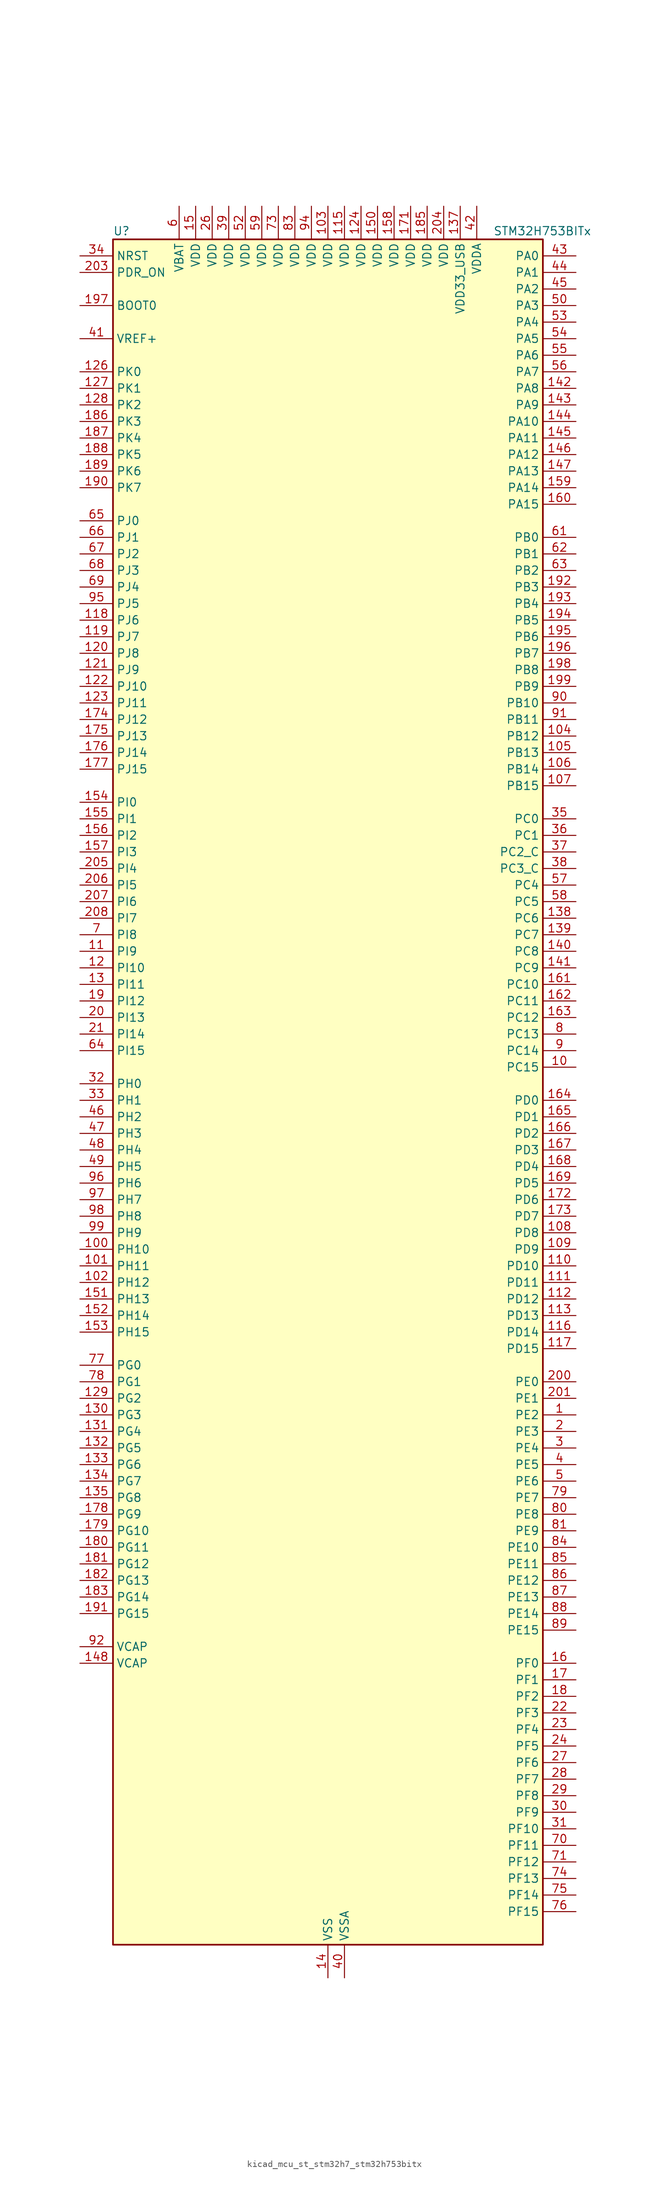
<source format=kicad_sym>
(kicad_symbol_lib
  (version 20220914)
  (generator kicad_symbol_editor)
  (symbol "kicad_mcu_st_stm32h7_stm32h753bitx"
    (property "Reference" "U"
      (at -33.02 133.35 0)
      (effects (font (size 1.27 1.27)) (justify left)))
    (property "Value" "STM32H753BITx"
      (at 25.4 133.35 0)
      (effects (font (size 1.27 1.27)) (justify left)))
    (property "ki_locked" ""
      (at 0 0 0)
      (effects (font (size 1.27 1.27))))
    (symbol "kicad_mcu_st_stm32h7_stm32h753bitx_0_1"
      (rectangle (start -33.02 -129.54) (end 33.02 132.08) (stroke (width 0.254) (type default)) (fill (type background))))
    (symbol "kicad_mcu_st_stm32h7_stm32h753bitx_1_1"
      (pin bidirectional line (at 38.1 -48.26 180) (length 5.08) (name "PE2" (effects (font (size 1.27 1.27)))) (number "1" (effects (font (size 1.27 1.27)))) (alternate "DEBUG_TRACECLK" bidirectional line) (alternate "ETH_TXD3" bidirectional line) (alternate "FMC_A23" bidirectional line) (alternate "QUADSPI_BK1_IO2" bidirectional line) (alternate "SAI1_CK1" bidirectional line) (alternate "SAI1_MCLK_A" bidirectional line) (alternate "SAI4_CK1" bidirectional line) (alternate "SAI4_MCLK_A" bidirectional line) (alternate "SPI4_SCK" bidirectional line))
      (pin bidirectional line (at 38.1 5.08 180) (length 5.08) (name "PC15" (effects (font (size 1.27 1.27)))) (number "10" (effects (font (size 1.27 1.27)))) (alternate "ADC1_EXTI15" bidirectional line) (alternate "ADC2_EXTI15" bidirectional line) (alternate "ADC3_EXTI15" bidirectional line) (alternate "RCC_OSC32_OUT" bidirectional line))
      (pin bidirectional line (at -38.1 -22.86 0) (length 5.08) (name "PH10" (effects (font (size 1.27 1.27)))) (number "100" (effects (font (size 1.27 1.27)))) (alternate "DCMI_D1" bidirectional line) (alternate "FMC_D18" bidirectional line) (alternate "I2C4_SMBA" bidirectional line) (alternate "LTDC_R4" bidirectional line) (alternate "TIM5_CH1" bidirectional line))
      (pin bidirectional line (at -38.1 -25.4 0) (length 5.08) (name "PH11" (effects (font (size 1.27 1.27)))) (number "101" (effects (font (size 1.27 1.27)))) (alternate "ADC1_EXTI11" bidirectional line) (alternate "ADC2_EXTI11" bidirectional line) (alternate "ADC3_EXTI11" bidirectional line) (alternate "DCMI_D2" bidirectional line) (alternate "FMC_D19" bidirectional line) (alternate "I2C4_SCL" bidirectional line) (alternate "LTDC_R5" bidirectional line) (alternate "TIM5_CH2" bidirectional line))
      (pin bidirectional line (at -38.1 -27.94 0) (length 5.08) (name "PH12" (effects (font (size 1.27 1.27)))) (number "102" (effects (font (size 1.27 1.27)))) (alternate "DCMI_D3" bidirectional line) (alternate "FMC_D20" bidirectional line) (alternate "I2C4_SDA" bidirectional line) (alternate "LTDC_R6" bidirectional line) (alternate "TIM5_CH3" bidirectional line))
      (pin power_in line (at 0 137.16 270) (length 5.08) (name "VDD" (effects (font (size 1.27 1.27)))) (number "103" (effects (font (size 1.27 1.27)))))
      (pin bidirectional line (at 38.1 55.88 180) (length 5.08) (name "PB12" (effects (font (size 1.27 1.27)))) (number "104" (effects (font (size 1.27 1.27)))) (alternate "DFSDM1_DATIN1" bidirectional line) (alternate "ETH_TXD0" bidirectional line) (alternate "FDCAN2_RX" bidirectional line) (alternate "I2C2_SMBA" bidirectional line) (alternate "I2S2_WS" bidirectional line) (alternate "SPI2_NSS" bidirectional line) (alternate "TIM1_BKIN" bidirectional line) (alternate "TIM1_BKIN_COMP1" bidirectional line) (alternate "TIM1_BKIN_COMP2" bidirectional line) (alternate "UART5_RX" bidirectional line) (alternate "USART3_CK" bidirectional line) (alternate "USB_OTG_HS_ID" bidirectional line) (alternate "USB_OTG_HS_ULPI_D5" bidirectional line))
      (pin bidirectional line (at 38.1 53.34 180) (length 5.08) (name "PB13" (effects (font (size 1.27 1.27)))) (number "105" (effects (font (size 1.27 1.27)))) (alternate "DFSDM1_CKIN1" bidirectional line) (alternate "ETH_TXD1" bidirectional line) (alternate "FDCAN2_TX" bidirectional line) (alternate "I2S2_CK" bidirectional line) (alternate "LPTIM2_OUT" bidirectional line) (alternate "SPI2_SCK" bidirectional line) (alternate "TIM1_CH1N" bidirectional line) (alternate "UART5_TX" bidirectional line) (alternate "USART3_CTS" bidirectional line) (alternate "USART3_NSS" bidirectional line) (alternate "USB_OTG_HS_ULPI_D6" bidirectional line) (alternate "USB_OTG_HS_VBUS" bidirectional line))
      (pin bidirectional line (at 38.1 50.8 180) (length 5.08) (name "PB14" (effects (font (size 1.27 1.27)))) (number "106" (effects (font (size 1.27 1.27)))) (alternate "DFSDM1_DATIN2" bidirectional line) (alternate "I2S2_SDI" bidirectional line) (alternate "SDMMC2_D0" bidirectional line) (alternate "SPI2_MISO" bidirectional line) (alternate "TIM12_CH1" bidirectional line) (alternate "TIM1_CH2N" bidirectional line) (alternate "TIM8_CH2N" bidirectional line) (alternate "UART4_DE" bidirectional line) (alternate "UART4_RTS" bidirectional line) (alternate "USART1_TX" bidirectional line) (alternate "USART3_DE" bidirectional line) (alternate "USART3_RTS" bidirectional line) (alternate "USB_OTG_HS_DM" bidirectional line))
      (pin bidirectional line (at 38.1 48.26 180) (length 5.08) (name "PB15" (effects (font (size 1.27 1.27)))) (number "107" (effects (font (size 1.27 1.27)))) (alternate "ADC1_EXTI15" bidirectional line) (alternate "ADC2_EXTI15" bidirectional line) (alternate "ADC3_EXTI15" bidirectional line) (alternate "DFSDM1_CKIN2" bidirectional line) (alternate "I2S2_SDO" bidirectional line) (alternate "RTC_REFIN" bidirectional line) (alternate "SDMMC2_D1" bidirectional line) (alternate "SPI2_MOSI" bidirectional line) (alternate "TIM12_CH2" bidirectional line) (alternate "TIM1_CH3N" bidirectional line) (alternate "TIM8_CH3N" bidirectional line) (alternate "UART4_CTS" bidirectional line) (alternate "USART1_RX" bidirectional line) (alternate "USB_OTG_HS_DP" bidirectional line))
      (pin bidirectional line (at 38.1 -20.32 180) (length 5.08) (name "PD8" (effects (font (size 1.27 1.27)))) (number "108" (effects (font (size 1.27 1.27)))) (alternate "DFSDM1_CKIN3" bidirectional line) (alternate "FMC_D13" bidirectional line) (alternate "FMC_DA13" bidirectional line) (alternate "SAI3_SCK_B" bidirectional line) (alternate "SPDIFRX1_IN1" bidirectional line) (alternate "USART3_TX" bidirectional line))
      (pin bidirectional line (at 38.1 -22.86 180) (length 5.08) (name "PD9" (effects (font (size 1.27 1.27)))) (number "109" (effects (font (size 1.27 1.27)))) (alternate "DAC1_EXTI9" bidirectional line) (alternate "DFSDM1_DATIN3" bidirectional line) (alternate "FMC_D14" bidirectional line) (alternate "FMC_DA14" bidirectional line) (alternate "SAI3_SD_B" bidirectional line) (alternate "USART3_RX" bidirectional line))
      (pin bidirectional line (at -38.1 22.86 0) (length 5.08) (name "PI9" (effects (font (size 1.27 1.27)))) (number "11" (effects (font (size 1.27 1.27)))) (alternate "DAC1_EXTI9" bidirectional line) (alternate "FDCAN1_RX" bidirectional line) (alternate "FMC_D30" bidirectional line) (alternate "LTDC_VSYNC" bidirectional line) (alternate "UART4_RX" bidirectional line))
      (pin bidirectional line (at 38.1 -25.4 180) (length 5.08) (name "PD10" (effects (font (size 1.27 1.27)))) (number "110" (effects (font (size 1.27 1.27)))) (alternate "DFSDM1_CKOUT" bidirectional line) (alternate "FMC_D15" bidirectional line) (alternate "FMC_DA15" bidirectional line) (alternate "LTDC_B3" bidirectional line) (alternate "SAI3_FS_B" bidirectional line) (alternate "USART3_CK" bidirectional line))
      (pin bidirectional line (at 38.1 -27.94 180) (length 5.08) (name "PD11" (effects (font (size 1.27 1.27)))) (number "111" (effects (font (size 1.27 1.27)))) (alternate "ADC1_EXTI11" bidirectional line) (alternate "ADC2_EXTI11" bidirectional line) (alternate "ADC3_EXTI11" bidirectional line) (alternate "FMC_A16" bidirectional line) (alternate "FMC_CLE" bidirectional line) (alternate "I2C4_SMBA" bidirectional line) (alternate "LPTIM2_IN2" bidirectional line) (alternate "QUADSPI_BK1_IO0" bidirectional line) (alternate "SAI2_SD_A" bidirectional line) (alternate "USART3_CTS" bidirectional line) (alternate "USART3_NSS" bidirectional line))
      (pin bidirectional line (at 38.1 -30.48 180) (length 5.08) (name "PD12" (effects (font (size 1.27 1.27)))) (number "112" (effects (font (size 1.27 1.27)))) (alternate "FMC_A17" bidirectional line) (alternate "FMC_ALE" bidirectional line) (alternate "I2C4_SCL" bidirectional line) (alternate "LPTIM1_IN1" bidirectional line) (alternate "LPTIM2_IN1" bidirectional line) (alternate "QUADSPI_BK1_IO1" bidirectional line) (alternate "SAI2_FS_A" bidirectional line) (alternate "TIM4_CH1" bidirectional line) (alternate "USART3_DE" bidirectional line) (alternate "USART3_RTS" bidirectional line))
      (pin bidirectional line (at 38.1 -33.02 180) (length 5.08) (name "PD13" (effects (font (size 1.27 1.27)))) (number "113" (effects (font (size 1.27 1.27)))) (alternate "FMC_A18" bidirectional line) (alternate "I2C4_SDA" bidirectional line) (alternate "LPTIM1_OUT" bidirectional line) (alternate "QUADSPI_BK1_IO3" bidirectional line) (alternate "SAI2_SCK_A" bidirectional line) (alternate "TIM4_CH2" bidirectional line))
      (pin passive line (at 0 -134.62 90) (length 5.08) hide (name "VSS" (effects (font (size 1.27 1.27)))) (number "114" (effects (font (size 1.27 1.27)))))
      (pin power_in line (at 2.54 137.16 270) (length 5.08) (name "VDD" (effects (font (size 1.27 1.27)))) (number "115" (effects (font (size 1.27 1.27)))))
      (pin bidirectional line (at 38.1 -35.56 180) (length 5.08) (name "PD14" (effects (font (size 1.27 1.27)))) (number "116" (effects (font (size 1.27 1.27)))) (alternate "FMC_D0" bidirectional line) (alternate "FMC_DA0" bidirectional line) (alternate "SAI3_MCLK_B" bidirectional line) (alternate "TIM4_CH3" bidirectional line) (alternate "UART8_CTS" bidirectional line))
      (pin bidirectional line (at 38.1 -38.1 180) (length 5.08) (name "PD15" (effects (font (size 1.27 1.27)))) (number "117" (effects (font (size 1.27 1.27)))) (alternate "ADC1_EXTI15" bidirectional line) (alternate "ADC2_EXTI15" bidirectional line) (alternate "ADC3_EXTI15" bidirectional line) (alternate "FMC_D1" bidirectional line) (alternate "FMC_DA1" bidirectional line) (alternate "SAI3_MCLK_A" bidirectional line) (alternate "TIM4_CH4" bidirectional line) (alternate "UART8_DE" bidirectional line) (alternate "UART8_RTS" bidirectional line))
      (pin bidirectional line (at -38.1 73.66 0) (length 5.08) (name "PJ6" (effects (font (size 1.27 1.27)))) (number "118" (effects (font (size 1.27 1.27)))) (alternate "LTDC_R7" bidirectional line) (alternate "TIM8_CH2" bidirectional line))
      (pin bidirectional line (at -38.1 71.12 0) (length 5.08) (name "PJ7" (effects (font (size 1.27 1.27)))) (number "119" (effects (font (size 1.27 1.27)))) (alternate "DEBUG_TRGIN" bidirectional line) (alternate "LTDC_G0" bidirectional line) (alternate "TIM8_CH2N" bidirectional line))
      (pin bidirectional line (at -38.1 20.32 0) (length 5.08) (name "PI10" (effects (font (size 1.27 1.27)))) (number "12" (effects (font (size 1.27 1.27)))) (alternate "ETH_RX_ER" bidirectional line) (alternate "FMC_D31" bidirectional line) (alternate "LTDC_HSYNC" bidirectional line))
      (pin bidirectional line (at -38.1 68.58 0) (length 5.08) (name "PJ8" (effects (font (size 1.27 1.27)))) (number "120" (effects (font (size 1.27 1.27)))) (alternate "LTDC_G1" bidirectional line) (alternate "TIM1_CH3N" bidirectional line) (alternate "TIM8_CH1" bidirectional line) (alternate "UART8_TX" bidirectional line))
      (pin bidirectional line (at -38.1 66.04 0) (length 5.08) (name "PJ9" (effects (font (size 1.27 1.27)))) (number "121" (effects (font (size 1.27 1.27)))) (alternate "DAC1_EXTI9" bidirectional line) (alternate "LTDC_G2" bidirectional line) (alternate "TIM1_CH3" bidirectional line) (alternate "TIM8_CH1N" bidirectional line) (alternate "UART8_RX" bidirectional line))
      (pin bidirectional line (at -38.1 63.5 0) (length 5.08) (name "PJ10" (effects (font (size 1.27 1.27)))) (number "122" (effects (font (size 1.27 1.27)))) (alternate "LTDC_G3" bidirectional line) (alternate "SPI5_MOSI" bidirectional line) (alternate "TIM1_CH2N" bidirectional line) (alternate "TIM8_CH2" bidirectional line))
      (pin bidirectional line (at -38.1 60.96 0) (length 5.08) (name "PJ11" (effects (font (size 1.27 1.27)))) (number "123" (effects (font (size 1.27 1.27)))) (alternate "ADC1_EXTI11" bidirectional line) (alternate "ADC2_EXTI11" bidirectional line) (alternate "ADC3_EXTI11" bidirectional line) (alternate "LTDC_G4" bidirectional line) (alternate "SPI5_MISO" bidirectional line) (alternate "TIM1_CH2" bidirectional line) (alternate "TIM8_CH2N" bidirectional line))
      (pin power_in line (at 5.08 137.16 270) (length 5.08) (name "VDD" (effects (font (size 1.27 1.27)))) (number "124" (effects (font (size 1.27 1.27)))))
      (pin passive line (at 0 -134.62 90) (length 5.08) hide (name "VSS" (effects (font (size 1.27 1.27)))) (number "125" (effects (font (size 1.27 1.27)))))
      (pin bidirectional line (at -38.1 111.76 0) (length 5.08) (name "PK0" (effects (font (size 1.27 1.27)))) (number "126" (effects (font (size 1.27 1.27)))) (alternate "LTDC_G5" bidirectional line) (alternate "SPI5_SCK" bidirectional line) (alternate "TIM1_CH1N" bidirectional line) (alternate "TIM8_CH3" bidirectional line))
      (pin bidirectional line (at -38.1 109.22 0) (length 5.08) (name "PK1" (effects (font (size 1.27 1.27)))) (number "127" (effects (font (size 1.27 1.27)))) (alternate "LTDC_G6" bidirectional line) (alternate "SPI5_NSS" bidirectional line) (alternate "TIM1_CH1" bidirectional line) (alternate "TIM8_CH3N" bidirectional line))
      (pin bidirectional line (at -38.1 106.68 0) (length 5.08) (name "PK2" (effects (font (size 1.27 1.27)))) (number "128" (effects (font (size 1.27 1.27)))) (alternate "LTDC_G7" bidirectional line) (alternate "TIM1_BKIN" bidirectional line) (alternate "TIM1_BKIN_COMP1" bidirectional line) (alternate "TIM1_BKIN_COMP2" bidirectional line) (alternate "TIM8_BKIN" bidirectional line) (alternate "TIM8_BKIN_COMP1" bidirectional line) (alternate "TIM8_BKIN_COMP2" bidirectional line))
      (pin bidirectional line (at -38.1 -45.72 0) (length 5.08) (name "PG2" (effects (font (size 1.27 1.27)))) (number "129" (effects (font (size 1.27 1.27)))) (alternate "FMC_A12" bidirectional line) (alternate "TIM8_BKIN" bidirectional line) (alternate "TIM8_BKIN_COMP1" bidirectional line) (alternate "TIM8_BKIN_COMP2" bidirectional line))
      (pin bidirectional line (at -38.1 17.78 0) (length 5.08) (name "PI11" (effects (font (size 1.27 1.27)))) (number "13" (effects (font (size 1.27 1.27)))) (alternate "ADC1_EXTI11" bidirectional line) (alternate "ADC2_EXTI11" bidirectional line) (alternate "ADC3_EXTI11" bidirectional line) (alternate "LTDC_G6" bidirectional line) (alternate "PWR_WKUP4" bidirectional line) (alternate "USB_OTG_HS_ULPI_DIR" bidirectional line))
      (pin bidirectional line (at -38.1 -48.26 0) (length 5.08) (name "PG3" (effects (font (size 1.27 1.27)))) (number "130" (effects (font (size 1.27 1.27)))) (alternate "FMC_A13" bidirectional line) (alternate "TIM8_BKIN2" bidirectional line) (alternate "TIM8_BKIN2_COMP1" bidirectional line) (alternate "TIM8_BKIN2_COMP2" bidirectional line))
      (pin bidirectional line (at -38.1 -50.8 0) (length 5.08) (name "PG4" (effects (font (size 1.27 1.27)))) (number "131" (effects (font (size 1.27 1.27)))) (alternate "FMC_A14" bidirectional line) (alternate "FMC_BA0" bidirectional line) (alternate "TIM1_BKIN2" bidirectional line) (alternate "TIM1_BKIN2_COMP1" bidirectional line) (alternate "TIM1_BKIN2_COMP2" bidirectional line))
      (pin bidirectional line (at -38.1 -53.34 0) (length 5.08) (name "PG5" (effects (font (size 1.27 1.27)))) (number "132" (effects (font (size 1.27 1.27)))) (alternate "FMC_A15" bidirectional line) (alternate "FMC_BA1" bidirectional line) (alternate "TIM1_ETR" bidirectional line))
      (pin bidirectional line (at -38.1 -55.88 0) (length 5.08) (name "PG6" (effects (font (size 1.27 1.27)))) (number "133" (effects (font (size 1.27 1.27)))) (alternate "DCMI_D12" bidirectional line) (alternate "FMC_NE3" bidirectional line) (alternate "HRTIM_CHE1" bidirectional line) (alternate "LTDC_R7" bidirectional line) (alternate "QUADSPI_BK1_NCS" bidirectional line) (alternate "TIM17_BKIN" bidirectional line))
      (pin bidirectional line (at -38.1 -58.42 0) (length 5.08) (name "PG7" (effects (font (size 1.27 1.27)))) (number "134" (effects (font (size 1.27 1.27)))) (alternate "DCMI_D13" bidirectional line) (alternate "FMC_INT" bidirectional line) (alternate "HRTIM_CHE2" bidirectional line) (alternate "LTDC_CLK" bidirectional line) (alternate "SAI1_MCLK_A" bidirectional line) (alternate "USART6_CK" bidirectional line))
      (pin bidirectional line (at -38.1 -60.96 0) (length 5.08) (name "PG8" (effects (font (size 1.27 1.27)))) (number "135" (effects (font (size 1.27 1.27)))) (alternate "ETH_PPS_OUT" bidirectional line) (alternate "FMC_SDCLK" bidirectional line) (alternate "LTDC_G7" bidirectional line) (alternate "SPDIFRX1_IN2" bidirectional line) (alternate "SPI6_NSS" bidirectional line) (alternate "TIM8_ETR" bidirectional line) (alternate "USART6_DE" bidirectional line) (alternate "USART6_RTS" bidirectional line))
      (pin passive line (at 0 -134.62 90) (length 5.08) hide (name "VSS" (effects (font (size 1.27 1.27)))) (number "136" (effects (font (size 1.27 1.27)))))
      (pin power_in line (at 20.32 137.16 270) (length 5.08) (name "VDD33_USB" (effects (font (size 1.27 1.27)))) (number "137" (effects (font (size 1.27 1.27)))))
      (pin bidirectional line (at 38.1 27.94 180) (length 5.08) (name "PC6" (effects (font (size 1.27 1.27)))) (number "138" (effects (font (size 1.27 1.27)))) (alternate "DCMI_D0" bidirectional line) (alternate "DFSDM1_CKIN3" bidirectional line) (alternate "FMC_NWAIT" bidirectional line) (alternate "HRTIM_CHA1" bidirectional line) (alternate "I2S2_MCK" bidirectional line) (alternate "LTDC_HSYNC" bidirectional line) (alternate "SDMMC1_D0DIR" bidirectional line) (alternate "SDMMC1_D6" bidirectional line) (alternate "SDMMC2_D6" bidirectional line) (alternate "SWPMI1_IO" bidirectional line) (alternate "TIM3_CH1" bidirectional line) (alternate "TIM8_CH1" bidirectional line) (alternate "USART6_TX" bidirectional line))
      (pin bidirectional line (at 38.1 25.4 180) (length 5.08) (name "PC7" (effects (font (size 1.27 1.27)))) (number "139" (effects (font (size 1.27 1.27)))) (alternate "DCMI_D1" bidirectional line) (alternate "DEBUG_TRGIO" bidirectional line) (alternate "DFSDM1_DATIN3" bidirectional line) (alternate "FMC_NE1" bidirectional line) (alternate "HRTIM_CHA2" bidirectional line) (alternate "I2S3_MCK" bidirectional line) (alternate "LTDC_G6" bidirectional line) (alternate "SDMMC1_D123DIR" bidirectional line) (alternate "SDMMC1_D7" bidirectional line) (alternate "SDMMC2_D7" bidirectional line) (alternate "SWPMI1_TX" bidirectional line) (alternate "TIM3_CH2" bidirectional line) (alternate "TIM8_CH2" bidirectional line) (alternate "USART6_RX" bidirectional line))
      (pin power_in line (at 0 -134.62 90) (length 5.08) (name "VSS" (effects (font (size 1.27 1.27)))) (number "14" (effects (font (size 1.27 1.27)))))
      (pin bidirectional line (at 38.1 22.86 180) (length 5.08) (name "PC8" (effects (font (size 1.27 1.27)))) (number "140" (effects (font (size 1.27 1.27)))) (alternate "DCMI_D2" bidirectional line) (alternate "DEBUG_TRACED1" bidirectional line) (alternate "FMC_NCE" bidirectional line) (alternate "FMC_NE2" bidirectional line) (alternate "HRTIM_CHB1" bidirectional line) (alternate "SDMMC1_D0" bidirectional line) (alternate "SWPMI1_RX" bidirectional line) (alternate "TIM3_CH3" bidirectional line) (alternate "TIM8_CH3" bidirectional line) (alternate "UART5_DE" bidirectional line) (alternate "UART5_RTS" bidirectional line) (alternate "USART6_CK" bidirectional line))
      (pin bidirectional line (at 38.1 20.32 180) (length 5.08) (name "PC9" (effects (font (size 1.27 1.27)))) (number "141" (effects (font (size 1.27 1.27)))) (alternate "DAC1_EXTI9" bidirectional line) (alternate "DCMI_D3" bidirectional line) (alternate "I2C3_SDA" bidirectional line) (alternate "I2S_CKIN" bidirectional line) (alternate "LTDC_B2" bidirectional line) (alternate "LTDC_G3" bidirectional line) (alternate "QUADSPI_BK1_IO0" bidirectional line) (alternate "RCC_MCO_2" bidirectional line) (alternate "SDMMC1_D1" bidirectional line) (alternate "SWPMI1_SUSPEND" bidirectional line) (alternate "TIM3_CH4" bidirectional line) (alternate "TIM8_CH4" bidirectional line) (alternate "UART5_CTS" bidirectional line))
      (pin bidirectional line (at 38.1 109.22 180) (length 5.08) (name "PA8" (effects (font (size 1.27 1.27)))) (number "142" (effects (font (size 1.27 1.27)))) (alternate "HRTIM_CHB2" bidirectional line) (alternate "I2C3_SCL" bidirectional line) (alternate "LTDC_B3" bidirectional line) (alternate "LTDC_R6" bidirectional line) (alternate "RCC_MCO_1" bidirectional line) (alternate "TIM1_CH1" bidirectional line) (alternate "TIM8_BKIN2" bidirectional line) (alternate "TIM8_BKIN2_COMP1" bidirectional line) (alternate "TIM8_BKIN2_COMP2" bidirectional line) (alternate "UART7_RX" bidirectional line) (alternate "USART1_CK" bidirectional line) (alternate "USB_OTG_FS_SOF" bidirectional line))
      (pin bidirectional line (at 38.1 106.68 180) (length 5.08) (name "PA9" (effects (font (size 1.27 1.27)))) (number "143" (effects (font (size 1.27 1.27)))) (alternate "DAC1_EXTI9" bidirectional line) (alternate "DCMI_D0" bidirectional line) (alternate "HRTIM_CHC1" bidirectional line) (alternate "I2C3_SMBA" bidirectional line) (alternate "I2S2_CK" bidirectional line) (alternate "LPUART1_TX" bidirectional line) (alternate "LTDC_R5" bidirectional line) (alternate "SPI2_SCK" bidirectional line) (alternate "TIM1_CH2" bidirectional line) (alternate "USART1_TX" bidirectional line) (alternate "USB_OTG_FS_VBUS" bidirectional line))
      (pin bidirectional line (at 38.1 104.14 180) (length 5.08) (name "PA10" (effects (font (size 1.27 1.27)))) (number "144" (effects (font (size 1.27 1.27)))) (alternate "DCMI_D1" bidirectional line) (alternate "HRTIM_CHC2" bidirectional line) (alternate "LPUART1_RX" bidirectional line) (alternate "LTDC_B1" bidirectional line) (alternate "LTDC_B4" bidirectional line) (alternate "MDIOS_MDIO" bidirectional line) (alternate "TIM1_CH3" bidirectional line) (alternate "USART1_RX" bidirectional line) (alternate "USB_OTG_FS_ID" bidirectional line))
      (pin bidirectional line (at 38.1 101.6 180) (length 5.08) (name "PA11" (effects (font (size 1.27 1.27)))) (number "145" (effects (font (size 1.27 1.27)))) (alternate "ADC1_EXTI11" bidirectional line) (alternate "ADC2_EXTI11" bidirectional line) (alternate "ADC3_EXTI11" bidirectional line) (alternate "FDCAN1_RX" bidirectional line) (alternate "HRTIM_CHD1" bidirectional line) (alternate "I2S2_WS" bidirectional line) (alternate "LPUART1_CTS" bidirectional line) (alternate "LTDC_R4" bidirectional line) (alternate "SPI2_NSS" bidirectional line) (alternate "TIM1_CH4" bidirectional line) (alternate "UART4_RX" bidirectional line) (alternate "USART1_CTS" bidirectional line) (alternate "USART1_NSS" bidirectional line) (alternate "USB_OTG_FS_DM" bidirectional line))
      (pin bidirectional line (at 38.1 99.06 180) (length 5.08) (name "PA12" (effects (font (size 1.27 1.27)))) (number "146" (effects (font (size 1.27 1.27)))) (alternate "FDCAN1_TX" bidirectional line) (alternate "HRTIM_CHD2" bidirectional line) (alternate "I2S2_CK" bidirectional line) (alternate "LPUART1_DE" bidirectional line) (alternate "LPUART1_RTS" bidirectional line) (alternate "LTDC_R5" bidirectional line) (alternate "SAI2_FS_B" bidirectional line) (alternate "SPI2_SCK" bidirectional line) (alternate "TIM1_ETR" bidirectional line) (alternate "UART4_TX" bidirectional line) (alternate "USART1_DE" bidirectional line) (alternate "USART1_RTS" bidirectional line) (alternate "USB_OTG_FS_DP" bidirectional line))
      (pin bidirectional line (at 38.1 96.52 180) (length 5.08) (name "PA13" (effects (font (size 1.27 1.27)))) (number "147" (effects (font (size 1.27 1.27)))) (alternate "DEBUG_JTMS-SWDIO" bidirectional line))
      (pin power_out line (at -38.1 -86.36 0) (length 5.08) (name "VCAP" (effects (font (size 1.27 1.27)))) (number "148" (effects (font (size 1.27 1.27)))))
      (pin passive line (at 0 -134.62 90) (length 5.08) hide (name "VSS" (effects (font (size 1.27 1.27)))) (number "149" (effects (font (size 1.27 1.27)))))
      (pin power_in line (at -20.32 137.16 270) (length 5.08) (name "VDD" (effects (font (size 1.27 1.27)))) (number "15" (effects (font (size 1.27 1.27)))))
      (pin power_in line (at 7.62 137.16 270) (length 5.08) (name "VDD" (effects (font (size 1.27 1.27)))) (number "150" (effects (font (size 1.27 1.27)))))
      (pin bidirectional line (at -38.1 -30.48 0) (length 5.08) (name "PH13" (effects (font (size 1.27 1.27)))) (number "151" (effects (font (size 1.27 1.27)))) (alternate "FDCAN1_TX" bidirectional line) (alternate "FMC_D21" bidirectional line) (alternate "LTDC_G2" bidirectional line) (alternate "TIM8_CH1N" bidirectional line) (alternate "UART4_TX" bidirectional line))
      (pin bidirectional line (at -38.1 -33.02 0) (length 5.08) (name "PH14" (effects (font (size 1.27 1.27)))) (number "152" (effects (font (size 1.27 1.27)))) (alternate "DCMI_D4" bidirectional line) (alternate "FDCAN1_RX" bidirectional line) (alternate "FMC_D22" bidirectional line) (alternate "LTDC_G3" bidirectional line) (alternate "TIM8_CH2N" bidirectional line) (alternate "UART4_RX" bidirectional line))
      (pin bidirectional line (at -38.1 -35.56 0) (length 5.08) (name "PH15" (effects (font (size 1.27 1.27)))) (number "153" (effects (font (size 1.27 1.27)))) (alternate "ADC1_EXTI15" bidirectional line) (alternate "ADC2_EXTI15" bidirectional line) (alternate "ADC3_EXTI15" bidirectional line) (alternate "DCMI_D11" bidirectional line) (alternate "FMC_D23" bidirectional line) (alternate "LTDC_G4" bidirectional line) (alternate "TIM8_CH3N" bidirectional line))
      (pin bidirectional line (at -38.1 45.72 0) (length 5.08) (name "PI0" (effects (font (size 1.27 1.27)))) (number "154" (effects (font (size 1.27 1.27)))) (alternate "DCMI_D13" bidirectional line) (alternate "FMC_D24" bidirectional line) (alternate "I2S2_WS" bidirectional line) (alternate "LTDC_G5" bidirectional line) (alternate "SPI2_NSS" bidirectional line) (alternate "TIM5_CH4" bidirectional line))
      (pin bidirectional line (at -38.1 43.18 0) (length 5.08) (name "PI1" (effects (font (size 1.27 1.27)))) (number "155" (effects (font (size 1.27 1.27)))) (alternate "DCMI_D8" bidirectional line) (alternate "FMC_D25" bidirectional line) (alternate "I2S2_CK" bidirectional line) (alternate "LTDC_G6" bidirectional line) (alternate "SPI2_SCK" bidirectional line) (alternate "TIM8_BKIN2" bidirectional line) (alternate "TIM8_BKIN2_COMP1" bidirectional line) (alternate "TIM8_BKIN2_COMP2" bidirectional line))
      (pin bidirectional line (at -38.1 40.64 0) (length 5.08) (name "PI2" (effects (font (size 1.27 1.27)))) (number "156" (effects (font (size 1.27 1.27)))) (alternate "DCMI_D9" bidirectional line) (alternate "FMC_D26" bidirectional line) (alternate "I2S2_SDI" bidirectional line) (alternate "LTDC_G7" bidirectional line) (alternate "SPI2_MISO" bidirectional line) (alternate "TIM8_CH4" bidirectional line))
      (pin bidirectional line (at -38.1 38.1 0) (length 5.08) (name "PI3" (effects (font (size 1.27 1.27)))) (number "157" (effects (font (size 1.27 1.27)))) (alternate "DCMI_D10" bidirectional line) (alternate "FMC_D27" bidirectional line) (alternate "I2S2_SDO" bidirectional line) (alternate "SPI2_MOSI" bidirectional line) (alternate "TIM8_ETR" bidirectional line))
      (pin power_in line (at 10.16 137.16 270) (length 5.08) (name "VDD" (effects (font (size 1.27 1.27)))) (number "158" (effects (font (size 1.27 1.27)))))
      (pin bidirectional line (at 38.1 93.98 180) (length 5.08) (name "PA14" (effects (font (size 1.27 1.27)))) (number "159" (effects (font (size 1.27 1.27)))) (alternate "DEBUG_JTCK-SWCLK" bidirectional line))
      (pin bidirectional line (at 38.1 -86.36 180) (length 5.08) (name "PF0" (effects (font (size 1.27 1.27)))) (number "16" (effects (font (size 1.27 1.27)))) (alternate "FMC_A0" bidirectional line) (alternate "I2C2_SDA" bidirectional line))
      (pin bidirectional line (at 38.1 91.44 180) (length 5.08) (name "PA15" (effects (font (size 1.27 1.27)))) (number "160" (effects (font (size 1.27 1.27)))) (alternate "ADC1_EXTI15" bidirectional line) (alternate "ADC2_EXTI15" bidirectional line) (alternate "ADC3_EXTI15" bidirectional line) (alternate "CEC" bidirectional line) (alternate "DEBUG_JTDI" bidirectional line) (alternate "HRTIM_FLT1" bidirectional line) (alternate "I2S1_WS" bidirectional line) (alternate "I2S3_WS" bidirectional line) (alternate "SPI1_NSS" bidirectional line) (alternate "SPI3_NSS" bidirectional line) (alternate "SPI6_NSS" bidirectional line) (alternate "TIM2_CH1" bidirectional line) (alternate "TIM2_ETR" bidirectional line) (alternate "UART4_DE" bidirectional line) (alternate "UART4_RTS" bidirectional line) (alternate "UART7_TX" bidirectional line))
      (pin bidirectional line (at 38.1 17.78 180) (length 5.08) (name "PC10" (effects (font (size 1.27 1.27)))) (number "161" (effects (font (size 1.27 1.27)))) (alternate "DCMI_D8" bidirectional line) (alternate "DFSDM1_CKIN5" bidirectional line) (alternate "HRTIM_EEV1" bidirectional line) (alternate "I2S3_CK" bidirectional line) (alternate "LTDC_R2" bidirectional line) (alternate "QUADSPI_BK1_IO1" bidirectional line) (alternate "SDMMC1_D2" bidirectional line) (alternate "SPI3_SCK" bidirectional line) (alternate "UART4_TX" bidirectional line) (alternate "USART3_TX" bidirectional line))
      (pin bidirectional line (at 38.1 15.24 180) (length 5.08) (name "PC11" (effects (font (size 1.27 1.27)))) (number "162" (effects (font (size 1.27 1.27)))) (alternate "ADC1_EXTI11" bidirectional line) (alternate "ADC2_EXTI11" bidirectional line) (alternate "ADC3_EXTI11" bidirectional line) (alternate "DCMI_D4" bidirectional line) (alternate "DFSDM1_DATIN5" bidirectional line) (alternate "HRTIM_FLT2" bidirectional line) (alternate "I2S3_SDI" bidirectional line) (alternate "QUADSPI_BK2_NCS" bidirectional line) (alternate "SDMMC1_D3" bidirectional line) (alternate "SPI3_MISO" bidirectional line) (alternate "UART4_RX" bidirectional line) (alternate "USART3_RX" bidirectional line))
      (pin bidirectional line (at 38.1 12.7 180) (length 5.08) (name "PC12" (effects (font (size 1.27 1.27)))) (number "163" (effects (font (size 1.27 1.27)))) (alternate "DCMI_D9" bidirectional line) (alternate "DEBUG_TRACED3" bidirectional line) (alternate "HRTIM_EEV2" bidirectional line) (alternate "I2S3_SDO" bidirectional line) (alternate "SDMMC1_CK" bidirectional line) (alternate "SPI3_MOSI" bidirectional line) (alternate "UART5_TX" bidirectional line) (alternate "USART3_CK" bidirectional line))
      (pin bidirectional line (at 38.1 0 180) (length 5.08) (name "PD0" (effects (font (size 1.27 1.27)))) (number "164" (effects (font (size 1.27 1.27)))) (alternate "DFSDM1_CKIN6" bidirectional line) (alternate "FDCAN1_RX" bidirectional line) (alternate "FMC_D2" bidirectional line) (alternate "FMC_DA2" bidirectional line) (alternate "SAI3_SCK_A" bidirectional line) (alternate "UART4_RX" bidirectional line))
      (pin bidirectional line (at 38.1 -2.54 180) (length 5.08) (name "PD1" (effects (font (size 1.27 1.27)))) (number "165" (effects (font (size 1.27 1.27)))) (alternate "DFSDM1_DATIN6" bidirectional line) (alternate "FDCAN1_TX" bidirectional line) (alternate "FMC_D3" bidirectional line) (alternate "FMC_DA3" bidirectional line) (alternate "SAI3_SD_A" bidirectional line) (alternate "UART4_TX" bidirectional line))
      (pin bidirectional line (at 38.1 -5.08 180) (length 5.08) (name "PD2" (effects (font (size 1.27 1.27)))) (number "166" (effects (font (size 1.27 1.27)))) (alternate "DCMI_D11" bidirectional line) (alternate "DEBUG_TRACED2" bidirectional line) (alternate "SDMMC1_CMD" bidirectional line) (alternate "TIM3_ETR" bidirectional line) (alternate "UART5_RX" bidirectional line))
      (pin bidirectional line (at 38.1 -7.62 180) (length 5.08) (name "PD3" (effects (font (size 1.27 1.27)))) (number "167" (effects (font (size 1.27 1.27)))) (alternate "DCMI_D5" bidirectional line) (alternate "DFSDM1_CKOUT" bidirectional line) (alternate "FMC_CLK" bidirectional line) (alternate "I2S2_CK" bidirectional line) (alternate "LTDC_G7" bidirectional line) (alternate "SPI2_SCK" bidirectional line) (alternate "USART2_CTS" bidirectional line) (alternate "USART2_NSS" bidirectional line))
      (pin bidirectional line (at 38.1 -10.16 180) (length 5.08) (name "PD4" (effects (font (size 1.27 1.27)))) (number "168" (effects (font (size 1.27 1.27)))) (alternate "FMC_NOE" bidirectional line) (alternate "HRTIM_FLT3" bidirectional line) (alternate "SAI3_FS_A" bidirectional line) (alternate "USART2_DE" bidirectional line) (alternate "USART2_RTS" bidirectional line))
      (pin bidirectional line (at 38.1 -12.7 180) (length 5.08) (name "PD5" (effects (font (size 1.27 1.27)))) (number "169" (effects (font (size 1.27 1.27)))) (alternate "FMC_NWE" bidirectional line) (alternate "HRTIM_EEV3" bidirectional line) (alternate "USART2_TX" bidirectional line))
      (pin bidirectional line (at 38.1 -88.9 180) (length 5.08) (name "PF1" (effects (font (size 1.27 1.27)))) (number "17" (effects (font (size 1.27 1.27)))) (alternate "FMC_A1" bidirectional line) (alternate "I2C2_SCL" bidirectional line))
      (pin passive line (at 0 -134.62 90) (length 5.08) hide (name "VSS" (effects (font (size 1.27 1.27)))) (number "170" (effects (font (size 1.27 1.27)))))
      (pin power_in line (at 12.7 137.16 270) (length 5.08) (name "VDD" (effects (font (size 1.27 1.27)))) (number "171" (effects (font (size 1.27 1.27)))))
      (pin bidirectional line (at 38.1 -15.24 180) (length 5.08) (name "PD6" (effects (font (size 1.27 1.27)))) (number "172" (effects (font (size 1.27 1.27)))) (alternate "DCMI_D10" bidirectional line) (alternate "DFSDM1_CKIN4" bidirectional line) (alternate "DFSDM1_DATIN1" bidirectional line) (alternate "FMC_NWAIT" bidirectional line) (alternate "I2S3_SDO" bidirectional line) (alternate "LTDC_B2" bidirectional line) (alternate "SAI1_D1" bidirectional line) (alternate "SAI1_SD_A" bidirectional line) (alternate "SAI4_D1" bidirectional line) (alternate "SAI4_SD_A" bidirectional line) (alternate "SDMMC2_CK" bidirectional line) (alternate "SPI3_MOSI" bidirectional line) (alternate "USART2_RX" bidirectional line))
      (pin bidirectional line (at 38.1 -17.78 180) (length 5.08) (name "PD7" (effects (font (size 1.27 1.27)))) (number "173" (effects (font (size 1.27 1.27)))) (alternate "DFSDM1_CKIN1" bidirectional line) (alternate "DFSDM1_DATIN4" bidirectional line) (alternate "FMC_NE1" bidirectional line) (alternate "I2S1_SDO" bidirectional line) (alternate "SDMMC2_CMD" bidirectional line) (alternate "SPDIFRX1_IN0" bidirectional line) (alternate "SPI1_MOSI" bidirectional line) (alternate "USART2_CK" bidirectional line))
      (pin bidirectional line (at -38.1 58.42 0) (length 5.08) (name "PJ12" (effects (font (size 1.27 1.27)))) (number "174" (effects (font (size 1.27 1.27)))) (alternate "DEBUG_TRGOUT" bidirectional line) (alternate "LTDC_B0" bidirectional line) (alternate "LTDC_G3" bidirectional line))
      (pin bidirectional line (at -38.1 55.88 0) (length 5.08) (name "PJ13" (effects (font (size 1.27 1.27)))) (number "175" (effects (font (size 1.27 1.27)))) (alternate "LTDC_B1" bidirectional line) (alternate "LTDC_B4" bidirectional line))
      (pin bidirectional line (at -38.1 53.34 0) (length 5.08) (name "PJ14" (effects (font (size 1.27 1.27)))) (number "176" (effects (font (size 1.27 1.27)))) (alternate "LTDC_B2" bidirectional line))
      (pin bidirectional line (at -38.1 50.8 0) (length 5.08) (name "PJ15" (effects (font (size 1.27 1.27)))) (number "177" (effects (font (size 1.27 1.27)))) (alternate "ADC1_EXTI15" bidirectional line) (alternate "ADC2_EXTI15" bidirectional line) (alternate "ADC3_EXTI15" bidirectional line) (alternate "LTDC_B3" bidirectional line))
      (pin bidirectional line (at -38.1 -63.5 0) (length 5.08) (name "PG9" (effects (font (size 1.27 1.27)))) (number "178" (effects (font (size 1.27 1.27)))) (alternate "DAC1_EXTI9" bidirectional line) (alternate "DCMI_VSYNC" bidirectional line) (alternate "FMC_NCE" bidirectional line) (alternate "FMC_NE2" bidirectional line) (alternate "I2S1_SDI" bidirectional line) (alternate "QUADSPI_BK2_IO2" bidirectional line) (alternate "SAI2_FS_B" bidirectional line) (alternate "SPDIFRX1_IN3" bidirectional line) (alternate "SPI1_MISO" bidirectional line) (alternate "USART6_RX" bidirectional line))
      (pin bidirectional line (at -38.1 -66.04 0) (length 5.08) (name "PG10" (effects (font (size 1.27 1.27)))) (number "179" (effects (font (size 1.27 1.27)))) (alternate "DCMI_D2" bidirectional line) (alternate "FMC_NE3" bidirectional line) (alternate "HRTIM_FLT5" bidirectional line) (alternate "I2S1_WS" bidirectional line) (alternate "LTDC_B2" bidirectional line) (alternate "LTDC_G3" bidirectional line) (alternate "SAI2_SD_B" bidirectional line) (alternate "SPI1_NSS" bidirectional line))
      (pin bidirectional line (at 38.1 -91.44 180) (length 5.08) (name "PF2" (effects (font (size 1.27 1.27)))) (number "18" (effects (font (size 1.27 1.27)))) (alternate "FMC_A2" bidirectional line) (alternate "I2C2_SMBA" bidirectional line))
      (pin bidirectional line (at -38.1 -68.58 0) (length 5.08) (name "PG11" (effects (font (size 1.27 1.27)))) (number "180" (effects (font (size 1.27 1.27)))) (alternate "ADC1_EXTI11" bidirectional line) (alternate "ADC2_EXTI11" bidirectional line) (alternate "ADC3_EXTI11" bidirectional line) (alternate "DCMI_D3" bidirectional line) (alternate "ETH_TX_EN" bidirectional line) (alternate "HRTIM_EEV4" bidirectional line) (alternate "I2S1_CK" bidirectional line) (alternate "LPTIM1_IN2" bidirectional line) (alternate "LTDC_B3" bidirectional line) (alternate "SDMMC2_D2" bidirectional line) (alternate "SPDIFRX1_IN0" bidirectional line) (alternate "SPI1_SCK" bidirectional line))
      (pin bidirectional line (at -38.1 -71.12 0) (length 5.08) (name "PG12" (effects (font (size 1.27 1.27)))) (number "181" (effects (font (size 1.27 1.27)))) (alternate "ETH_TXD1" bidirectional line) (alternate "FMC_NE4" bidirectional line) (alternate "HRTIM_EEV5" bidirectional line) (alternate "LPTIM1_IN1" bidirectional line) (alternate "LTDC_B1" bidirectional line) (alternate "LTDC_B4" bidirectional line) (alternate "SPDIFRX1_IN1" bidirectional line) (alternate "SPI6_MISO" bidirectional line) (alternate "USART6_DE" bidirectional line) (alternate "USART6_RTS" bidirectional line))
      (pin bidirectional line (at -38.1 -73.66 0) (length 5.08) (name "PG13" (effects (font (size 1.27 1.27)))) (number "182" (effects (font (size 1.27 1.27)))) (alternate "DEBUG_TRACED0" bidirectional line) (alternate "ETH_TXD0" bidirectional line) (alternate "FMC_A24" bidirectional line) (alternate "HRTIM_EEV10" bidirectional line) (alternate "LPTIM1_OUT" bidirectional line) (alternate "LTDC_R0" bidirectional line) (alternate "SPI6_SCK" bidirectional line) (alternate "USART6_CTS" bidirectional line) (alternate "USART6_NSS" bidirectional line))
      (pin bidirectional line (at -38.1 -76.2 0) (length 5.08) (name "PG14" (effects (font (size 1.27 1.27)))) (number "183" (effects (font (size 1.27 1.27)))) (alternate "DEBUG_TRACED1" bidirectional line) (alternate "ETH_TXD1" bidirectional line) (alternate "FMC_A25" bidirectional line) (alternate "LPTIM1_ETR" bidirectional line) (alternate "LTDC_B0" bidirectional line) (alternate "QUADSPI_BK2_IO3" bidirectional line) (alternate "SPI6_MOSI" bidirectional line) (alternate "USART6_TX" bidirectional line))
      (pin passive line (at 0 -134.62 90) (length 5.08) hide (name "VSS" (effects (font (size 1.27 1.27)))) (number "184" (effects (font (size 1.27 1.27)))))
      (pin power_in line (at 15.24 137.16 270) (length 5.08) (name "VDD" (effects (font (size 1.27 1.27)))) (number "185" (effects (font (size 1.27 1.27)))))
      (pin bidirectional line (at -38.1 104.14 0) (length 5.08) (name "PK3" (effects (font (size 1.27 1.27)))) (number "186" (effects (font (size 1.27 1.27)))) (alternate "LTDC_B4" bidirectional line))
      (pin bidirectional line (at -38.1 101.6 0) (length 5.08) (name "PK4" (effects (font (size 1.27 1.27)))) (number "187" (effects (font (size 1.27 1.27)))) (alternate "LTDC_B5" bidirectional line))
      (pin bidirectional line (at -38.1 99.06 0) (length 5.08) (name "PK5" (effects (font (size 1.27 1.27)))) (number "188" (effects (font (size 1.27 1.27)))) (alternate "LTDC_B6" bidirectional line))
      (pin bidirectional line (at -38.1 96.52 0) (length 5.08) (name "PK6" (effects (font (size 1.27 1.27)))) (number "189" (effects (font (size 1.27 1.27)))) (alternate "LTDC_B7" bidirectional line))
      (pin bidirectional line (at -38.1 15.24 0) (length 5.08) (name "PI12" (effects (font (size 1.27 1.27)))) (number "19" (effects (font (size 1.27 1.27)))) (alternate "LTDC_HSYNC" bidirectional line))
      (pin bidirectional line (at -38.1 93.98 0) (length 5.08) (name "PK7" (effects (font (size 1.27 1.27)))) (number "190" (effects (font (size 1.27 1.27)))) (alternate "LTDC_DE" bidirectional line))
      (pin bidirectional line (at -38.1 -78.74 0) (length 5.08) (name "PG15" (effects (font (size 1.27 1.27)))) (number "191" (effects (font (size 1.27 1.27)))) (alternate "ADC1_EXTI15" bidirectional line) (alternate "ADC2_EXTI15" bidirectional line) (alternate "ADC3_EXTI15" bidirectional line) (alternate "DCMI_D13" bidirectional line) (alternate "FMC_SDNCAS" bidirectional line) (alternate "USART6_CTS" bidirectional line) (alternate "USART6_NSS" bidirectional line))
      (pin bidirectional line (at 38.1 78.74 180) (length 5.08) (name "PB3" (effects (font (size 1.27 1.27)))) (number "192" (effects (font (size 1.27 1.27)))) (alternate "CRS_SYNC" bidirectional line) (alternate "DEBUG_JTDO-SWO" bidirectional line) (alternate "HRTIM_FLT4" bidirectional line) (alternate "I2S1_CK" bidirectional line) (alternate "I2S3_CK" bidirectional line) (alternate "SDMMC2_D2" bidirectional line) (alternate "SPI1_SCK" bidirectional line) (alternate "SPI3_SCK" bidirectional line) (alternate "SPI6_SCK" bidirectional line) (alternate "TIM2_CH2" bidirectional line) (alternate "UART7_RX" bidirectional line))
      (pin bidirectional line (at 38.1 76.2 180) (length 5.08) (name "PB4" (effects (font (size 1.27 1.27)))) (number "193" (effects (font (size 1.27 1.27)))) (alternate "DEBUG_JTRST" bidirectional line) (alternate "HRTIM_EEV6" bidirectional line) (alternate "I2S1_SDI" bidirectional line) (alternate "I2S2_WS" bidirectional line) (alternate "I2S3_SDI" bidirectional line) (alternate "SDMMC2_D3" bidirectional line) (alternate "SPI1_MISO" bidirectional line) (alternate "SPI2_NSS" bidirectional line) (alternate "SPI3_MISO" bidirectional line) (alternate "SPI6_MISO" bidirectional line) (alternate "TIM16_BKIN" bidirectional line) (alternate "TIM3_CH1" bidirectional line) (alternate "UART7_TX" bidirectional line))
      (pin bidirectional line (at 38.1 73.66 180) (length 5.08) (name "PB5" (effects (font (size 1.27 1.27)))) (number "194" (effects (font (size 1.27 1.27)))) (alternate "DCMI_D10" bidirectional line) (alternate "ETH_PPS_OUT" bidirectional line) (alternate "FDCAN2_RX" bidirectional line) (alternate "FMC_SDCKE1" bidirectional line) (alternate "HRTIM_EEV7" bidirectional line) (alternate "I2C1_SMBA" bidirectional line) (alternate "I2C4_SMBA" bidirectional line) (alternate "I2S1_SDO" bidirectional line) (alternate "I2S3_SDO" bidirectional line) (alternate "SPI1_MOSI" bidirectional line) (alternate "SPI3_MOSI" bidirectional line) (alternate "SPI6_MOSI" bidirectional line) (alternate "TIM17_BKIN" bidirectional line) (alternate "TIM3_CH2" bidirectional line) (alternate "UART5_RX" bidirectional line) (alternate "USB_OTG_HS_ULPI_D7" bidirectional line))
      (pin bidirectional line (at 38.1 71.12 180) (length 5.08) (name "PB6" (effects (font (size 1.27 1.27)))) (number "195" (effects (font (size 1.27 1.27)))) (alternate "CEC" bidirectional line) (alternate "DCMI_D5" bidirectional line) (alternate "DFSDM1_DATIN5" bidirectional line) (alternate "FDCAN2_TX" bidirectional line) (alternate "FMC_SDNE1" bidirectional line) (alternate "HRTIM_EEV8" bidirectional line) (alternate "I2C1_SCL" bidirectional line) (alternate "I2C4_SCL" bidirectional line) (alternate "LPUART1_TX" bidirectional line) (alternate "QUADSPI_BK1_NCS" bidirectional line) (alternate "TIM16_CH1N" bidirectional line) (alternate "TIM4_CH1" bidirectional line) (alternate "UART5_TX" bidirectional line) (alternate "USART1_TX" bidirectional line))
      (pin bidirectional line (at 38.1 68.58 180) (length 5.08) (name "PB7" (effects (font (size 1.27 1.27)))) (number "196" (effects (font (size 1.27 1.27)))) (alternate "DCMI_VSYNC" bidirectional line) (alternate "DFSDM1_CKIN5" bidirectional line) (alternate "FMC_NL" bidirectional line) (alternate "HRTIM_EEV9" bidirectional line) (alternate "I2C1_SDA" bidirectional line) (alternate "I2C4_SDA" bidirectional line) (alternate "LPUART1_RX" bidirectional line) (alternate "PWR_PVD_IN" bidirectional line) (alternate "TIM17_CH1N" bidirectional line) (alternate "TIM4_CH2" bidirectional line) (alternate "USART1_RX" bidirectional line))
      (pin input line (at -38.1 121.92 0) (length 5.08) (name "BOOT0" (effects (font (size 1.27 1.27)))) (number "197" (effects (font (size 1.27 1.27)))))
      (pin bidirectional line (at 38.1 66.04 180) (length 5.08) (name "PB8" (effects (font (size 1.27 1.27)))) (number "198" (effects (font (size 1.27 1.27)))) (alternate "DCMI_D6" bidirectional line) (alternate "DFSDM1_CKIN7" bidirectional line) (alternate "ETH_TXD3" bidirectional line) (alternate "FDCAN1_RX" bidirectional line) (alternate "I2C1_SCL" bidirectional line) (alternate "I2C4_SCL" bidirectional line) (alternate "LTDC_B6" bidirectional line) (alternate "SDMMC1_CKIN" bidirectional line) (alternate "SDMMC1_D4" bidirectional line) (alternate "SDMMC2_D4" bidirectional line) (alternate "TIM16_CH1" bidirectional line) (alternate "TIM4_CH3" bidirectional line) (alternate "UART4_RX" bidirectional line))
      (pin bidirectional line (at 38.1 63.5 180) (length 5.08) (name "PB9" (effects (font (size 1.27 1.27)))) (number "199" (effects (font (size 1.27 1.27)))) (alternate "DAC1_EXTI9" bidirectional line) (alternate "DCMI_D7" bidirectional line) (alternate "DFSDM1_DATIN7" bidirectional line) (alternate "FDCAN1_TX" bidirectional line) (alternate "I2C1_SDA" bidirectional line) (alternate "I2C4_SDA" bidirectional line) (alternate "I2C4_SMBA" bidirectional line) (alternate "I2S2_WS" bidirectional line) (alternate "LTDC_B7" bidirectional line) (alternate "SDMMC1_CDIR" bidirectional line) (alternate "SDMMC1_D5" bidirectional line) (alternate "SDMMC2_D5" bidirectional line) (alternate "SPI2_NSS" bidirectional line) (alternate "TIM17_CH1" bidirectional line) (alternate "TIM4_CH4" bidirectional line) (alternate "UART4_TX" bidirectional line))
      (pin bidirectional line (at 38.1 -50.8 180) (length 5.08) (name "PE3" (effects (font (size 1.27 1.27)))) (number "2" (effects (font (size 1.27 1.27)))) (alternate "DEBUG_TRACED0" bidirectional line) (alternate "FMC_A19" bidirectional line) (alternate "SAI1_SD_B" bidirectional line) (alternate "SAI4_SD_B" bidirectional line) (alternate "TIM15_BKIN" bidirectional line))
      (pin bidirectional line (at -38.1 12.7 0) (length 5.08) (name "PI13" (effects (font (size 1.27 1.27)))) (number "20" (effects (font (size 1.27 1.27)))) (alternate "LTDC_VSYNC" bidirectional line))
      (pin bidirectional line (at 38.1 -43.18 180) (length 5.08) (name "PE0" (effects (font (size 1.27 1.27)))) (number "200" (effects (font (size 1.27 1.27)))) (alternate "DCMI_D2" bidirectional line) (alternate "FMC_NBL0" bidirectional line) (alternate "HRTIM_SCIN" bidirectional line) (alternate "LPTIM1_ETR" bidirectional line) (alternate "LPTIM2_ETR" bidirectional line) (alternate "SAI2_MCLK_A" bidirectional line) (alternate "TIM4_ETR" bidirectional line) (alternate "UART8_RX" bidirectional line))
      (pin bidirectional line (at 38.1 -45.72 180) (length 5.08) (name "PE1" (effects (font (size 1.27 1.27)))) (number "201" (effects (font (size 1.27 1.27)))) (alternate "DCMI_D3" bidirectional line) (alternate "FMC_NBL1" bidirectional line) (alternate "HRTIM_SCOUT" bidirectional line) (alternate "LPTIM1_IN2" bidirectional line) (alternate "UART8_TX" bidirectional line))
      (pin passive line (at 0 -134.62 90) (length 5.08) hide (name "VSS" (effects (font (size 1.27 1.27)))) (number "202" (effects (font (size 1.27 1.27)))))
      (pin input line (at -38.1 127 0) (length 5.08) (name "PDR_ON" (effects (font (size 1.27 1.27)))) (number "203" (effects (font (size 1.27 1.27)))))
      (pin power_in line (at 17.78 137.16 270) (length 5.08) (name "VDD" (effects (font (size 1.27 1.27)))) (number "204" (effects (font (size 1.27 1.27)))))
      (pin bidirectional line (at -38.1 35.56 0) (length 5.08) (name "PI4" (effects (font (size 1.27 1.27)))) (number "205" (effects (font (size 1.27 1.27)))) (alternate "DCMI_D5" bidirectional line) (alternate "FMC_NBL2" bidirectional line) (alternate "LTDC_B4" bidirectional line) (alternate "SAI2_MCLK_A" bidirectional line) (alternate "TIM8_BKIN" bidirectional line) (alternate "TIM8_BKIN_COMP1" bidirectional line) (alternate "TIM8_BKIN_COMP2" bidirectional line))
      (pin bidirectional line (at -38.1 33.02 0) (length 5.08) (name "PI5" (effects (font (size 1.27 1.27)))) (number "206" (effects (font (size 1.27 1.27)))) (alternate "DCMI_VSYNC" bidirectional line) (alternate "FMC_NBL3" bidirectional line) (alternate "LTDC_B5" bidirectional line) (alternate "SAI2_SCK_A" bidirectional line) (alternate "TIM8_CH1" bidirectional line))
      (pin bidirectional line (at -38.1 30.48 0) (length 5.08) (name "PI6" (effects (font (size 1.27 1.27)))) (number "207" (effects (font (size 1.27 1.27)))) (alternate "DCMI_D6" bidirectional line) (alternate "FMC_D28" bidirectional line) (alternate "LTDC_B6" bidirectional line) (alternate "SAI2_SD_A" bidirectional line) (alternate "TIM8_CH2" bidirectional line))
      (pin bidirectional line (at -38.1 27.94 0) (length 5.08) (name "PI7" (effects (font (size 1.27 1.27)))) (number "208" (effects (font (size 1.27 1.27)))) (alternate "DCMI_D7" bidirectional line) (alternate "FMC_D29" bidirectional line) (alternate "LTDC_B7" bidirectional line) (alternate "SAI2_FS_A" bidirectional line) (alternate "TIM8_CH3" bidirectional line))
      (pin bidirectional line (at -38.1 10.16 0) (length 5.08) (name "PI14" (effects (font (size 1.27 1.27)))) (number "21" (effects (font (size 1.27 1.27)))) (alternate "LTDC_CLK" bidirectional line))
      (pin bidirectional line (at 38.1 -93.98 180) (length 5.08) (name "PF3" (effects (font (size 1.27 1.27)))) (number "22" (effects (font (size 1.27 1.27)))) (alternate "ADC3_INP5" bidirectional line) (alternate "FMC_A3" bidirectional line))
      (pin bidirectional line (at 38.1 -96.52 180) (length 5.08) (name "PF4" (effects (font (size 1.27 1.27)))) (number "23" (effects (font (size 1.27 1.27)))) (alternate "ADC3_INN5" bidirectional line) (alternate "ADC3_INP9" bidirectional line) (alternate "FMC_A4" bidirectional line))
      (pin bidirectional line (at 38.1 -99.06 180) (length 5.08) (name "PF5" (effects (font (size 1.27 1.27)))) (number "24" (effects (font (size 1.27 1.27)))) (alternate "ADC3_INP4" bidirectional line) (alternate "FMC_A5" bidirectional line))
      (pin passive line (at 0 -134.62 90) (length 5.08) hide (name "VSS" (effects (font (size 1.27 1.27)))) (number "25" (effects (font (size 1.27 1.27)))))
      (pin power_in line (at -17.78 137.16 270) (length 5.08) (name "VDD" (effects (font (size 1.27 1.27)))) (number "26" (effects (font (size 1.27 1.27)))))
      (pin bidirectional line (at 38.1 -101.6 180) (length 5.08) (name "PF6" (effects (font (size 1.27 1.27)))) (number "27" (effects (font (size 1.27 1.27)))) (alternate "ADC3_INN4" bidirectional line) (alternate "ADC3_INP8" bidirectional line) (alternate "QUADSPI_BK1_IO3" bidirectional line) (alternate "SAI1_SD_B" bidirectional line) (alternate "SAI4_SD_B" bidirectional line) (alternate "SPI5_NSS" bidirectional line) (alternate "TIM16_CH1" bidirectional line) (alternate "UART7_RX" bidirectional line))
      (pin bidirectional line (at 38.1 -104.14 180) (length 5.08) (name "PF7" (effects (font (size 1.27 1.27)))) (number "28" (effects (font (size 1.27 1.27)))) (alternate "ADC3_INP3" bidirectional line) (alternate "QUADSPI_BK1_IO2" bidirectional line) (alternate "SAI1_MCLK_B" bidirectional line) (alternate "SAI4_MCLK_B" bidirectional line) (alternate "SPI5_SCK" bidirectional line) (alternate "TIM17_CH1" bidirectional line) (alternate "UART7_TX" bidirectional line))
      (pin bidirectional line (at 38.1 -106.68 180) (length 5.08) (name "PF8" (effects (font (size 1.27 1.27)))) (number "29" (effects (font (size 1.27 1.27)))) (alternate "ADC3_INN3" bidirectional line) (alternate "ADC3_INP7" bidirectional line) (alternate "QUADSPI_BK1_IO0" bidirectional line) (alternate "SAI1_SCK_B" bidirectional line) (alternate "SAI4_SCK_B" bidirectional line) (alternate "SPI5_MISO" bidirectional line) (alternate "TIM13_CH1" bidirectional line) (alternate "TIM16_CH1N" bidirectional line) (alternate "UART7_DE" bidirectional line) (alternate "UART7_RTS" bidirectional line))
      (pin bidirectional line (at 38.1 -53.34 180) (length 5.08) (name "PE4" (effects (font (size 1.27 1.27)))) (number "3" (effects (font (size 1.27 1.27)))) (alternate "DCMI_D4" bidirectional line) (alternate "DEBUG_TRACED1" bidirectional line) (alternate "DFSDM1_DATIN3" bidirectional line) (alternate "FMC_A20" bidirectional line) (alternate "LTDC_B0" bidirectional line) (alternate "SAI1_D2" bidirectional line) (alternate "SAI1_FS_A" bidirectional line) (alternate "SAI4_D2" bidirectional line) (alternate "SAI4_FS_A" bidirectional line) (alternate "SPI4_NSS" bidirectional line) (alternate "TIM15_CH1N" bidirectional line))
      (pin bidirectional line (at 38.1 -109.22 180) (length 5.08) (name "PF9" (effects (font (size 1.27 1.27)))) (number "30" (effects (font (size 1.27 1.27)))) (alternate "ADC3_INP2" bidirectional line) (alternate "DAC1_EXTI9" bidirectional line) (alternate "QUADSPI_BK1_IO1" bidirectional line) (alternate "SAI1_FS_B" bidirectional line) (alternate "SAI4_FS_B" bidirectional line) (alternate "SPI5_MOSI" bidirectional line) (alternate "TIM14_CH1" bidirectional line) (alternate "TIM17_CH1N" bidirectional line) (alternate "UART7_CTS" bidirectional line))
      (pin bidirectional line (at 38.1 -111.76 180) (length 5.08) (name "PF10" (effects (font (size 1.27 1.27)))) (number "31" (effects (font (size 1.27 1.27)))) (alternate "ADC3_INN2" bidirectional line) (alternate "ADC3_INP6" bidirectional line) (alternate "DCMI_D11" bidirectional line) (alternate "LTDC_DE" bidirectional line) (alternate "QUADSPI_CLK" bidirectional line) (alternate "SAI1_D3" bidirectional line) (alternate "SAI4_D3" bidirectional line) (alternate "TIM16_BKIN" bidirectional line))
      (pin bidirectional line (at -38.1 2.54 0) (length 5.08) (name "PH0" (effects (font (size 1.27 1.27)))) (number "32" (effects (font (size 1.27 1.27)))) (alternate "RCC_OSC_IN" bidirectional line))
      (pin bidirectional line (at -38.1 0 0) (length 5.08) (name "PH1" (effects (font (size 1.27 1.27)))) (number "33" (effects (font (size 1.27 1.27)))) (alternate "RCC_OSC_OUT" bidirectional line))
      (pin input line (at -38.1 129.54 0) (length 5.08) (name "NRST" (effects (font (size 1.27 1.27)))) (number "34" (effects (font (size 1.27 1.27)))))
      (pin bidirectional line (at 38.1 43.18 180) (length 5.08) (name "PC0" (effects (font (size 1.27 1.27)))) (number "35" (effects (font (size 1.27 1.27)))) (alternate "ADC1_INP10" bidirectional line) (alternate "ADC2_INP10" bidirectional line) (alternate "ADC3_INP10" bidirectional line) (alternate "DFSDM1_CKIN0" bidirectional line) (alternate "DFSDM1_DATIN4" bidirectional line) (alternate "FMC_SDNWE" bidirectional line) (alternate "LTDC_R5" bidirectional line) (alternate "SAI2_FS_B" bidirectional line) (alternate "USB_OTG_HS_ULPI_STP" bidirectional line))
      (pin bidirectional line (at 38.1 40.64 180) (length 5.08) (name "PC1" (effects (font (size 1.27 1.27)))) (number "36" (effects (font (size 1.27 1.27)))) (alternate "ADC1_INN10" bidirectional line) (alternate "ADC1_INP11" bidirectional line) (alternate "ADC2_INN10" bidirectional line) (alternate "ADC2_INP11" bidirectional line) (alternate "ADC3_INN10" bidirectional line) (alternate "ADC3_INP11" bidirectional line) (alternate "DEBUG_TRACED0" bidirectional line) (alternate "DFSDM1_CKIN4" bidirectional line) (alternate "DFSDM1_DATIN0" bidirectional line) (alternate "ETH_MDC" bidirectional line) (alternate "I2S2_SDO" bidirectional line) (alternate "MDIOS_MDC" bidirectional line) (alternate "PWR_WKUP5" bidirectional line) (alternate "RTC_TAMP3" bidirectional line) (alternate "SAI1_D1" bidirectional line) (alternate "SAI1_SD_A" bidirectional line) (alternate "SAI4_D1" bidirectional line) (alternate "SAI4_SD_A" bidirectional line) (alternate "SDMMC2_CK" bidirectional line) (alternate "SPI2_MOSI" bidirectional line))
      (pin bidirectional line (at 38.1 38.1 180) (length 5.08) (name "PC2_C" (effects (font (size 1.27 1.27)))) (number "37" (effects (font (size 1.27 1.27)))) (alternate "ADC3_INN1" bidirectional line) (alternate "ADC3_INP0" bidirectional line) (alternate "DFSDM1_CKIN1" bidirectional line) (alternate "DFSDM1_CKOUT" bidirectional line) (alternate "ETH_TXD2" bidirectional line) (alternate "FMC_SDNE0" bidirectional line) (alternate "I2S2_SDI" bidirectional line) (alternate "PWR_CSTOP" bidirectional line) (alternate "SPI2_MISO" bidirectional line) (alternate "USB_OTG_HS_ULPI_DIR" bidirectional line))
      (pin bidirectional line (at 38.1 35.56 180) (length 5.08) (name "PC3_C" (effects (font (size 1.27 1.27)))) (number "38" (effects (font (size 1.27 1.27)))) (alternate "ADC3_INP1" bidirectional line) (alternate "DFSDM1_DATIN1" bidirectional line) (alternate "ETH_TX_CLK" bidirectional line) (alternate "FMC_SDCKE0" bidirectional line) (alternate "I2S2_SDO" bidirectional line) (alternate "PWR_CSLEEP" bidirectional line) (alternate "SPI2_MOSI" bidirectional line) (alternate "USB_OTG_HS_ULPI_NXT" bidirectional line))
      (pin power_in line (at -15.24 137.16 270) (length 5.08) (name "VDD" (effects (font (size 1.27 1.27)))) (number "39" (effects (font (size 1.27 1.27)))))
      (pin bidirectional line (at 38.1 -55.88 180) (length 5.08) (name "PE5" (effects (font (size 1.27 1.27)))) (number "4" (effects (font (size 1.27 1.27)))) (alternate "DCMI_D6" bidirectional line) (alternate "DEBUG_TRACED2" bidirectional line) (alternate "DFSDM1_CKIN3" bidirectional line) (alternate "FMC_A21" bidirectional line) (alternate "LTDC_G0" bidirectional line) (alternate "SAI1_CK2" bidirectional line) (alternate "SAI1_SCK_A" bidirectional line) (alternate "SAI4_CK2" bidirectional line) (alternate "SAI4_SCK_A" bidirectional line) (alternate "SPI4_MISO" bidirectional line) (alternate "TIM15_CH1" bidirectional line))
      (pin power_in line (at 2.54 -134.62 90) (length 5.08) (name "VSSA" (effects (font (size 1.27 1.27)))) (number "40" (effects (font (size 1.27 1.27)))))
      (pin input line (at -38.1 116.84 0) (length 5.08) (name "VREF+" (effects (font (size 1.27 1.27)))) (number "41" (effects (font (size 1.27 1.27)))) (alternate "VREFBUF_OUT" bidirectional line))
      (pin power_in line (at 22.86 137.16 270) (length 5.08) (name "VDDA" (effects (font (size 1.27 1.27)))) (number "42" (effects (font (size 1.27 1.27)))))
      (pin bidirectional line (at 38.1 129.54 180) (length 5.08) (name "PA0" (effects (font (size 1.27 1.27)))) (number "43" (effects (font (size 1.27 1.27)))) (alternate "ADC1_INP16" bidirectional line) (alternate "ETH_CRS" bidirectional line) (alternate "PWR_WKUP0" bidirectional line) (alternate "SAI2_SD_B" bidirectional line) (alternate "SDMMC2_CMD" bidirectional line) (alternate "TIM15_BKIN" bidirectional line) (alternate "TIM2_CH1" bidirectional line) (alternate "TIM2_ETR" bidirectional line) (alternate "TIM5_CH1" bidirectional line) (alternate "TIM8_ETR" bidirectional line) (alternate "UART4_TX" bidirectional line) (alternate "USART2_CTS" bidirectional line) (alternate "USART2_NSS" bidirectional line))
      (pin bidirectional line (at 38.1 127 180) (length 5.08) (name "PA1" (effects (font (size 1.27 1.27)))) (number "44" (effects (font (size 1.27 1.27)))) (alternate "ADC1_INN16" bidirectional line) (alternate "ADC1_INP17" bidirectional line) (alternate "ETH_REF_CLK" bidirectional line) (alternate "ETH_RX_CLK" bidirectional line) (alternate "LPTIM3_OUT" bidirectional line) (alternate "LTDC_R2" bidirectional line) (alternate "QUADSPI_BK1_IO3" bidirectional line) (alternate "SAI2_MCLK_B" bidirectional line) (alternate "TIM15_CH1N" bidirectional line) (alternate "TIM2_CH2" bidirectional line) (alternate "TIM5_CH2" bidirectional line) (alternate "UART4_RX" bidirectional line) (alternate "USART2_DE" bidirectional line) (alternate "USART2_RTS" bidirectional line))
      (pin bidirectional line (at 38.1 124.46 180) (length 5.08) (name "PA2" (effects (font (size 1.27 1.27)))) (number "45" (effects (font (size 1.27 1.27)))) (alternate "ADC1_INP14" bidirectional line) (alternate "ADC2_INP14" bidirectional line) (alternate "ETH_MDIO" bidirectional line) (alternate "LPTIM4_OUT" bidirectional line) (alternate "LTDC_R1" bidirectional line) (alternate "MDIOS_MDIO" bidirectional line) (alternate "PWR_WKUP1" bidirectional line) (alternate "SAI2_SCK_B" bidirectional line) (alternate "TIM15_CH1" bidirectional line) (alternate "TIM2_CH3" bidirectional line) (alternate "TIM5_CH3" bidirectional line) (alternate "USART2_TX" bidirectional line))
      (pin bidirectional line (at -38.1 -2.54 0) (length 5.08) (name "PH2" (effects (font (size 1.27 1.27)))) (number "46" (effects (font (size 1.27 1.27)))) (alternate "ADC3_INP13" bidirectional line) (alternate "ETH_CRS" bidirectional line) (alternate "FMC_SDCKE0" bidirectional line) (alternate "LPTIM1_IN2" bidirectional line) (alternate "LTDC_R0" bidirectional line) (alternate "QUADSPI_BK2_IO0" bidirectional line) (alternate "SAI2_SCK_B" bidirectional line))
      (pin bidirectional line (at -38.1 -5.08 0) (length 5.08) (name "PH3" (effects (font (size 1.27 1.27)))) (number "47" (effects (font (size 1.27 1.27)))) (alternate "ADC3_INN13" bidirectional line) (alternate "ADC3_INP14" bidirectional line) (alternate "ETH_COL" bidirectional line) (alternate "FMC_SDNE0" bidirectional line) (alternate "LTDC_R1" bidirectional line) (alternate "QUADSPI_BK2_IO1" bidirectional line) (alternate "SAI2_MCLK_B" bidirectional line))
      (pin bidirectional line (at -38.1 -7.62 0) (length 5.08) (name "PH4" (effects (font (size 1.27 1.27)))) (number "48" (effects (font (size 1.27 1.27)))) (alternate "ADC3_INN14" bidirectional line) (alternate "ADC3_INP15" bidirectional line) (alternate "I2C2_SCL" bidirectional line) (alternate "LTDC_G4" bidirectional line) (alternate "LTDC_G5" bidirectional line) (alternate "USB_OTG_HS_ULPI_NXT" bidirectional line))
      (pin bidirectional line (at -38.1 -10.16 0) (length 5.08) (name "PH5" (effects (font (size 1.27 1.27)))) (number "49" (effects (font (size 1.27 1.27)))) (alternate "ADC3_INN15" bidirectional line) (alternate "ADC3_INP16" bidirectional line) (alternate "FMC_SDNWE" bidirectional line) (alternate "I2C2_SDA" bidirectional line) (alternate "SPI5_NSS" bidirectional line))
      (pin bidirectional line (at 38.1 -58.42 180) (length 5.08) (name "PE6" (effects (font (size 1.27 1.27)))) (number "5" (effects (font (size 1.27 1.27)))) (alternate "DCMI_D7" bidirectional line) (alternate "DEBUG_TRACED3" bidirectional line) (alternate "FMC_A22" bidirectional line) (alternate "LTDC_G1" bidirectional line) (alternate "SAI1_D1" bidirectional line) (alternate "SAI1_SD_A" bidirectional line) (alternate "SAI2_MCLK_B" bidirectional line) (alternate "SAI4_D1" bidirectional line) (alternate "SAI4_SD_A" bidirectional line) (alternate "SPI4_MOSI" bidirectional line) (alternate "TIM15_CH2" bidirectional line) (alternate "TIM1_BKIN2" bidirectional line) (alternate "TIM1_BKIN2_COMP1" bidirectional line) (alternate "TIM1_BKIN2_COMP2" bidirectional line))
      (pin bidirectional line (at 38.1 121.92 180) (length 5.08) (name "PA3" (effects (font (size 1.27 1.27)))) (number "50" (effects (font (size 1.27 1.27)))) (alternate "ADC1_INP15" bidirectional line) (alternate "ADC2_INP15" bidirectional line) (alternate "ETH_COL" bidirectional line) (alternate "LPTIM5_OUT" bidirectional line) (alternate "LTDC_B2" bidirectional line) (alternate "LTDC_B5" bidirectional line) (alternate "TIM15_CH2" bidirectional line) (alternate "TIM2_CH4" bidirectional line) (alternate "TIM5_CH4" bidirectional line) (alternate "USART2_RX" bidirectional line) (alternate "USB_OTG_HS_ULPI_D0" bidirectional line))
      (pin passive line (at 0 -134.62 90) (length 5.08) hide (name "VSS" (effects (font (size 1.27 1.27)))) (number "51" (effects (font (size 1.27 1.27)))))
      (pin power_in line (at -12.7 137.16 270) (length 5.08) (name "VDD" (effects (font (size 1.27 1.27)))) (number "52" (effects (font (size 1.27 1.27)))))
      (pin bidirectional line (at 38.1 119.38 180) (length 5.08) (name "PA4" (effects (font (size 1.27 1.27)))) (number "53" (effects (font (size 1.27 1.27)))) (alternate "ADC1_INP18" bidirectional line) (alternate "ADC2_INP18" bidirectional line) (alternate "DAC1_OUT1" bidirectional line) (alternate "DCMI_HSYNC" bidirectional line) (alternate "I2S1_WS" bidirectional line) (alternate "I2S3_WS" bidirectional line) (alternate "LTDC_VSYNC" bidirectional line) (alternate "SPI1_NSS" bidirectional line) (alternate "SPI3_NSS" bidirectional line) (alternate "SPI6_NSS" bidirectional line) (alternate "TIM5_ETR" bidirectional line) (alternate "USART2_CK" bidirectional line) (alternate "USB_OTG_HS_SOF" bidirectional line))
      (pin bidirectional line (at 38.1 116.84 180) (length 5.08) (name "PA5" (effects (font (size 1.27 1.27)))) (number "54" (effects (font (size 1.27 1.27)))) (alternate "ADC1_INN18" bidirectional line) (alternate "ADC1_INP19" bidirectional line) (alternate "ADC2_INN18" bidirectional line) (alternate "ADC2_INP19" bidirectional line) (alternate "DAC1_OUT2" bidirectional line) (alternate "I2S1_CK" bidirectional line) (alternate "LTDC_R4" bidirectional line) (alternate "PWR_NDSTOP2" bidirectional line) (alternate "SPI1_SCK" bidirectional line) (alternate "SPI6_SCK" bidirectional line) (alternate "TIM2_CH1" bidirectional line) (alternate "TIM2_ETR" bidirectional line) (alternate "TIM8_CH1N" bidirectional line) (alternate "USB_OTG_HS_ULPI_CK" bidirectional line))
      (pin bidirectional line (at 38.1 114.3 180) (length 5.08) (name "PA6" (effects (font (size 1.27 1.27)))) (number "55" (effects (font (size 1.27 1.27)))) (alternate "ADC1_INP3" bidirectional line) (alternate "ADC2_INP3" bidirectional line) (alternate "DCMI_PIXCLK" bidirectional line) (alternate "I2S1_SDI" bidirectional line) (alternate "LTDC_G2" bidirectional line) (alternate "MDIOS_MDC" bidirectional line) (alternate "SPI1_MISO" bidirectional line) (alternate "SPI6_MISO" bidirectional line) (alternate "TIM13_CH1" bidirectional line) (alternate "TIM1_BKIN" bidirectional line) (alternate "TIM1_BKIN_COMP1" bidirectional line) (alternate "TIM1_BKIN_COMP2" bidirectional line) (alternate "TIM3_CH1" bidirectional line) (alternate "TIM8_BKIN" bidirectional line) (alternate "TIM8_BKIN_COMP1" bidirectional line) (alternate "TIM8_BKIN_COMP2" bidirectional line))
      (pin bidirectional line (at 38.1 111.76 180) (length 5.08) (name "PA7" (effects (font (size 1.27 1.27)))) (number "56" (effects (font (size 1.27 1.27)))) (alternate "ADC1_INN3" bidirectional line) (alternate "ADC1_INP7" bidirectional line) (alternate "ADC2_INN3" bidirectional line) (alternate "ADC2_INP7" bidirectional line) (alternate "ETH_CRS_DV" bidirectional line) (alternate "ETH_RX_DV" bidirectional line) (alternate "FMC_SDNWE" bidirectional line) (alternate "I2S1_SDO" bidirectional line) (alternate "OPAMP1_VINM" bidirectional line) (alternate "OPAMP1_VINM1" bidirectional line) (alternate "SPI1_MOSI" bidirectional line) (alternate "SPI6_MOSI" bidirectional line) (alternate "TIM14_CH1" bidirectional line) (alternate "TIM1_CH1N" bidirectional line) (alternate "TIM3_CH2" bidirectional line) (alternate "TIM8_CH1N" bidirectional line))
      (pin bidirectional line (at 38.1 33.02 180) (length 5.08) (name "PC4" (effects (font (size 1.27 1.27)))) (number "57" (effects (font (size 1.27 1.27)))) (alternate "ADC1_INP4" bidirectional line) (alternate "ADC2_INP4" bidirectional line) (alternate "COMP1_INM" bidirectional line) (alternate "DFSDM1_CKIN2" bidirectional line) (alternate "ETH_RXD0" bidirectional line) (alternate "FMC_SDNE0" bidirectional line) (alternate "I2S1_MCK" bidirectional line) (alternate "OPAMP1_VOUT" bidirectional line) (alternate "SPDIFRX1_IN2" bidirectional line))
      (pin bidirectional line (at 38.1 30.48 180) (length 5.08) (name "PC5" (effects (font (size 1.27 1.27)))) (number "58" (effects (font (size 1.27 1.27)))) (alternate "ADC1_INN4" bidirectional line) (alternate "ADC1_INP8" bidirectional line) (alternate "ADC2_INN4" bidirectional line) (alternate "ADC2_INP8" bidirectional line) (alternate "COMP1_OUT" bidirectional line) (alternate "DFSDM1_DATIN2" bidirectional line) (alternate "ETH_RXD1" bidirectional line) (alternate "FMC_SDCKE0" bidirectional line) (alternate "OPAMP1_VINM" bidirectional line) (alternate "OPAMP1_VINM0" bidirectional line) (alternate "SAI1_D3" bidirectional line) (alternate "SAI4_D3" bidirectional line) (alternate "SPDIFRX1_IN3" bidirectional line))
      (pin power_in line (at -10.16 137.16 270) (length 5.08) (name "VDD" (effects (font (size 1.27 1.27)))) (number "59" (effects (font (size 1.27 1.27)))))
      (pin power_in line (at -22.86 137.16 270) (length 5.08) (name "VBAT" (effects (font (size 1.27 1.27)))) (number "6" (effects (font (size 1.27 1.27)))))
      (pin passive line (at 0 -134.62 90) (length 5.08) hide (name "VSS" (effects (font (size 1.27 1.27)))) (number "60" (effects (font (size 1.27 1.27)))))
      (pin bidirectional line (at 38.1 86.36 180) (length 5.08) (name "PB0" (effects (font (size 1.27 1.27)))) (number "61" (effects (font (size 1.27 1.27)))) (alternate "ADC1_INN5" bidirectional line) (alternate "ADC1_INP9" bidirectional line) (alternate "ADC2_INN5" bidirectional line) (alternate "ADC2_INP9" bidirectional line) (alternate "COMP1_INP" bidirectional line) (alternate "DFSDM1_CKOUT" bidirectional line) (alternate "ETH_RXD2" bidirectional line) (alternate "LTDC_G1" bidirectional line) (alternate "LTDC_R3" bidirectional line) (alternate "OPAMP1_VINP" bidirectional line) (alternate "TIM1_CH2N" bidirectional line) (alternate "TIM3_CH3" bidirectional line) (alternate "TIM8_CH2N" bidirectional line) (alternate "UART4_CTS" bidirectional line) (alternate "USB_OTG_HS_ULPI_D1" bidirectional line))
      (pin bidirectional line (at 38.1 83.82 180) (length 5.08) (name "PB1" (effects (font (size 1.27 1.27)))) (number "62" (effects (font (size 1.27 1.27)))) (alternate "ADC1_INP5" bidirectional line) (alternate "ADC2_INP5" bidirectional line) (alternate "COMP1_INM" bidirectional line) (alternate "DFSDM1_DATIN1" bidirectional line) (alternate "ETH_RXD3" bidirectional line) (alternate "LTDC_G0" bidirectional line) (alternate "LTDC_R6" bidirectional line) (alternate "TIM1_CH3N" bidirectional line) (alternate "TIM3_CH4" bidirectional line) (alternate "TIM8_CH3N" bidirectional line) (alternate "USB_OTG_HS_ULPI_D2" bidirectional line))
      (pin bidirectional line (at 38.1 81.28 180) (length 5.08) (name "PB2" (effects (font (size 1.27 1.27)))) (number "63" (effects (font (size 1.27 1.27)))) (alternate "COMP1_INP" bidirectional line) (alternate "DFSDM1_CKIN1" bidirectional line) (alternate "I2S3_SDO" bidirectional line) (alternate "QUADSPI_CLK" bidirectional line) (alternate "RTC_OUT_ALARM" bidirectional line) (alternate "RTC_OUT_CALIB" bidirectional line) (alternate "SAI1_D1" bidirectional line) (alternate "SAI1_SD_A" bidirectional line) (alternate "SAI4_D1" bidirectional line) (alternate "SAI4_SD_A" bidirectional line) (alternate "SPI3_MOSI" bidirectional line))
      (pin bidirectional line (at -38.1 7.62 0) (length 5.08) (name "PI15" (effects (font (size 1.27 1.27)))) (number "64" (effects (font (size 1.27 1.27)))) (alternate "ADC1_EXTI15" bidirectional line) (alternate "ADC2_EXTI15" bidirectional line) (alternate "ADC3_EXTI15" bidirectional line) (alternate "LTDC_G2" bidirectional line) (alternate "LTDC_R0" bidirectional line))
      (pin bidirectional line (at -38.1 88.9 0) (length 5.08) (name "PJ0" (effects (font (size 1.27 1.27)))) (number "65" (effects (font (size 1.27 1.27)))) (alternate "LTDC_R1" bidirectional line) (alternate "LTDC_R7" bidirectional line))
      (pin bidirectional line (at -38.1 86.36 0) (length 5.08) (name "PJ1" (effects (font (size 1.27 1.27)))) (number "66" (effects (font (size 1.27 1.27)))) (alternate "LTDC_R2" bidirectional line))
      (pin bidirectional line (at -38.1 83.82 0) (length 5.08) (name "PJ2" (effects (font (size 1.27 1.27)))) (number "67" (effects (font (size 1.27 1.27)))) (alternate "LTDC_R3" bidirectional line))
      (pin bidirectional line (at -38.1 81.28 0) (length 5.08) (name "PJ3" (effects (font (size 1.27 1.27)))) (number "68" (effects (font (size 1.27 1.27)))) (alternate "LTDC_R4" bidirectional line))
      (pin bidirectional line (at -38.1 78.74 0) (length 5.08) (name "PJ4" (effects (font (size 1.27 1.27)))) (number "69" (effects (font (size 1.27 1.27)))) (alternate "LTDC_R5" bidirectional line))
      (pin bidirectional line (at -38.1 25.4 0) (length 5.08) (name "PI8" (effects (font (size 1.27 1.27)))) (number "7" (effects (font (size 1.27 1.27)))) (alternate "PWR_WKUP3" bidirectional line) (alternate "RTC_TAMP2" bidirectional line))
      (pin bidirectional line (at 38.1 -114.3 180) (length 5.08) (name "PF11" (effects (font (size 1.27 1.27)))) (number "70" (effects (font (size 1.27 1.27)))) (alternate "ADC1_EXTI11" bidirectional line) (alternate "ADC1_INP2" bidirectional line) (alternate "ADC2_EXTI11" bidirectional line) (alternate "ADC3_EXTI11" bidirectional line) (alternate "DCMI_D12" bidirectional line) (alternate "FMC_SDNRAS" bidirectional line) (alternate "SAI2_SD_B" bidirectional line) (alternate "SPI5_MOSI" bidirectional line))
      (pin bidirectional line (at 38.1 -116.84 180) (length 5.08) (name "PF12" (effects (font (size 1.27 1.27)))) (number "71" (effects (font (size 1.27 1.27)))) (alternate "ADC1_INN2" bidirectional line) (alternate "ADC1_INP6" bidirectional line) (alternate "FMC_A6" bidirectional line))
      (pin passive line (at 0 -134.62 90) (length 5.08) hide (name "VSS" (effects (font (size 1.27 1.27)))) (number "72" (effects (font (size 1.27 1.27)))))
      (pin power_in line (at -7.62 137.16 270) (length 5.08) (name "VDD" (effects (font (size 1.27 1.27)))) (number "73" (effects (font (size 1.27 1.27)))))
      (pin bidirectional line (at 38.1 -119.38 180) (length 5.08) (name "PF13" (effects (font (size 1.27 1.27)))) (number "74" (effects (font (size 1.27 1.27)))) (alternate "ADC2_INP2" bidirectional line) (alternate "DFSDM1_DATIN6" bidirectional line) (alternate "FMC_A7" bidirectional line) (alternate "I2C4_SMBA" bidirectional line))
      (pin bidirectional line (at 38.1 -121.92 180) (length 5.08) (name "PF14" (effects (font (size 1.27 1.27)))) (number "75" (effects (font (size 1.27 1.27)))) (alternate "ADC2_INN2" bidirectional line) (alternate "ADC2_INP6" bidirectional line) (alternate "DFSDM1_CKIN6" bidirectional line) (alternate "FMC_A8" bidirectional line) (alternate "I2C4_SCL" bidirectional line))
      (pin bidirectional line (at 38.1 -124.46 180) (length 5.08) (name "PF15" (effects (font (size 1.27 1.27)))) (number "76" (effects (font (size 1.27 1.27)))) (alternate "ADC1_EXTI15" bidirectional line) (alternate "ADC2_EXTI15" bidirectional line) (alternate "ADC3_EXTI15" bidirectional line) (alternate "FMC_A9" bidirectional line) (alternate "I2C4_SDA" bidirectional line))
      (pin bidirectional line (at -38.1 -40.64 0) (length 5.08) (name "PG0" (effects (font (size 1.27 1.27)))) (number "77" (effects (font (size 1.27 1.27)))) (alternate "FMC_A10" bidirectional line))
      (pin bidirectional line (at -38.1 -43.18 0) (length 5.08) (name "PG1" (effects (font (size 1.27 1.27)))) (number "78" (effects (font (size 1.27 1.27)))) (alternate "FMC_A11" bidirectional line) (alternate "OPAMP2_VINM" bidirectional line) (alternate "OPAMP2_VINM1" bidirectional line))
      (pin bidirectional line (at 38.1 -60.96 180) (length 5.08) (name "PE7" (effects (font (size 1.27 1.27)))) (number "79" (effects (font (size 1.27 1.27)))) (alternate "COMP2_INM" bidirectional line) (alternate "DFSDM1_DATIN2" bidirectional line) (alternate "FMC_D4" bidirectional line) (alternate "FMC_DA4" bidirectional line) (alternate "OPAMP2_VOUT" bidirectional line) (alternate "QUADSPI_BK2_IO0" bidirectional line) (alternate "TIM1_ETR" bidirectional line) (alternate "UART7_RX" bidirectional line))
      (pin bidirectional line (at 38.1 10.16 180) (length 5.08) (name "PC13" (effects (font (size 1.27 1.27)))) (number "8" (effects (font (size 1.27 1.27)))) (alternate "PWR_WKUP2" bidirectional line) (alternate "RTC_OUT_ALARM" bidirectional line) (alternate "RTC_OUT_CALIB" bidirectional line) (alternate "RTC_TAMP1" bidirectional line) (alternate "RTC_TS" bidirectional line))
      (pin bidirectional line (at 38.1 -63.5 180) (length 5.08) (name "PE8" (effects (font (size 1.27 1.27)))) (number "80" (effects (font (size 1.27 1.27)))) (alternate "COMP2_OUT" bidirectional line) (alternate "DFSDM1_CKIN2" bidirectional line) (alternate "FMC_D5" bidirectional line) (alternate "FMC_DA5" bidirectional line) (alternate "OPAMP2_VINM" bidirectional line) (alternate "OPAMP2_VINM0" bidirectional line) (alternate "QUADSPI_BK2_IO1" bidirectional line) (alternate "TIM1_CH1N" bidirectional line) (alternate "UART7_TX" bidirectional line))
      (pin bidirectional line (at 38.1 -66.04 180) (length 5.08) (name "PE9" (effects (font (size 1.27 1.27)))) (number "81" (effects (font (size 1.27 1.27)))) (alternate "COMP2_INP" bidirectional line) (alternate "DAC1_EXTI9" bidirectional line) (alternate "DFSDM1_CKOUT" bidirectional line) (alternate "FMC_D6" bidirectional line) (alternate "FMC_DA6" bidirectional line) (alternate "OPAMP2_VINP" bidirectional line) (alternate "QUADSPI_BK2_IO2" bidirectional line) (alternate "TIM1_CH1" bidirectional line) (alternate "UART7_DE" bidirectional line) (alternate "UART7_RTS" bidirectional line))
      (pin passive line (at 0 -134.62 90) (length 5.08) hide (name "VSS" (effects (font (size 1.27 1.27)))) (number "82" (effects (font (size 1.27 1.27)))))
      (pin power_in line (at -5.08 137.16 270) (length 5.08) (name "VDD" (effects (font (size 1.27 1.27)))) (number "83" (effects (font (size 1.27 1.27)))))
      (pin bidirectional line (at 38.1 -68.58 180) (length 5.08) (name "PE10" (effects (font (size 1.27 1.27)))) (number "84" (effects (font (size 1.27 1.27)))) (alternate "COMP2_INM" bidirectional line) (alternate "DFSDM1_DATIN4" bidirectional line) (alternate "FMC_D7" bidirectional line) (alternate "FMC_DA7" bidirectional line) (alternate "QUADSPI_BK2_IO3" bidirectional line) (alternate "TIM1_CH2N" bidirectional line) (alternate "UART7_CTS" bidirectional line))
      (pin bidirectional line (at 38.1 -71.12 180) (length 5.08) (name "PE11" (effects (font (size 1.27 1.27)))) (number "85" (effects (font (size 1.27 1.27)))) (alternate "ADC1_EXTI11" bidirectional line) (alternate "ADC2_EXTI11" bidirectional line) (alternate "ADC3_EXTI11" bidirectional line) (alternate "COMP2_INP" bidirectional line) (alternate "DFSDM1_CKIN4" bidirectional line) (alternate "FMC_D8" bidirectional line) (alternate "FMC_DA8" bidirectional line) (alternate "LTDC_G3" bidirectional line) (alternate "SAI2_SD_B" bidirectional line) (alternate "SPI4_NSS" bidirectional line) (alternate "TIM1_CH2" bidirectional line))
      (pin bidirectional line (at 38.1 -73.66 180) (length 5.08) (name "PE12" (effects (font (size 1.27 1.27)))) (number "86" (effects (font (size 1.27 1.27)))) (alternate "COMP1_OUT" bidirectional line) (alternate "DFSDM1_DATIN5" bidirectional line) (alternate "FMC_D9" bidirectional line) (alternate "FMC_DA9" bidirectional line) (alternate "LTDC_B4" bidirectional line) (alternate "SAI2_SCK_B" bidirectional line) (alternate "SPI4_SCK" bidirectional line) (alternate "TIM1_CH3N" bidirectional line))
      (pin bidirectional line (at 38.1 -76.2 180) (length 5.08) (name "PE13" (effects (font (size 1.27 1.27)))) (number "87" (effects (font (size 1.27 1.27)))) (alternate "COMP2_OUT" bidirectional line) (alternate "DFSDM1_CKIN5" bidirectional line) (alternate "FMC_D10" bidirectional line) (alternate "FMC_DA10" bidirectional line) (alternate "LTDC_DE" bidirectional line) (alternate "SAI2_FS_B" bidirectional line) (alternate "SPI4_MISO" bidirectional line) (alternate "TIM1_CH3" bidirectional line))
      (pin bidirectional line (at 38.1 -78.74 180) (length 5.08) (name "PE14" (effects (font (size 1.27 1.27)))) (number "88" (effects (font (size 1.27 1.27)))) (alternate "FMC_D11" bidirectional line) (alternate "FMC_DA11" bidirectional line) (alternate "LTDC_CLK" bidirectional line) (alternate "SAI2_MCLK_B" bidirectional line) (alternate "SPI4_MOSI" bidirectional line) (alternate "TIM1_CH4" bidirectional line))
      (pin bidirectional line (at 38.1 -81.28 180) (length 5.08) (name "PE15" (effects (font (size 1.27 1.27)))) (number "89" (effects (font (size 1.27 1.27)))) (alternate "ADC1_EXTI15" bidirectional line) (alternate "ADC2_EXTI15" bidirectional line) (alternate "ADC3_EXTI15" bidirectional line) (alternate "FMC_D12" bidirectional line) (alternate "FMC_DA12" bidirectional line) (alternate "LTDC_R7" bidirectional line) (alternate "TIM1_BKIN" bidirectional line) (alternate "TIM1_BKIN_COMP1" bidirectional line) (alternate "TIM1_BKIN_COMP2" bidirectional line))
      (pin bidirectional line (at 38.1 7.62 180) (length 5.08) (name "PC14" (effects (font (size 1.27 1.27)))) (number "9" (effects (font (size 1.27 1.27)))) (alternate "RCC_OSC32_IN" bidirectional line))
      (pin bidirectional line (at 38.1 60.96 180) (length 5.08) (name "PB10" (effects (font (size 1.27 1.27)))) (number "90" (effects (font (size 1.27 1.27)))) (alternate "DFSDM1_DATIN7" bidirectional line) (alternate "ETH_RX_ER" bidirectional line) (alternate "HRTIM_SCOUT" bidirectional line) (alternate "I2C2_SCL" bidirectional line) (alternate "I2S2_CK" bidirectional line) (alternate "LPTIM2_IN1" bidirectional line) (alternate "LTDC_G4" bidirectional line) (alternate "QUADSPI_BK1_NCS" bidirectional line) (alternate "SPI2_SCK" bidirectional line) (alternate "TIM2_CH3" bidirectional line) (alternate "USART3_TX" bidirectional line) (alternate "USB_OTG_HS_ULPI_D3" bidirectional line))
      (pin bidirectional line (at 38.1 58.42 180) (length 5.08) (name "PB11" (effects (font (size 1.27 1.27)))) (number "91" (effects (font (size 1.27 1.27)))) (alternate "ADC1_EXTI11" bidirectional line) (alternate "ADC2_EXTI11" bidirectional line) (alternate "ADC3_EXTI11" bidirectional line) (alternate "DFSDM1_CKIN7" bidirectional line) (alternate "ETH_TX_EN" bidirectional line) (alternate "HRTIM_SCIN" bidirectional line) (alternate "I2C2_SDA" bidirectional line) (alternate "LPTIM2_ETR" bidirectional line) (alternate "LTDC_G5" bidirectional line) (alternate "TIM2_CH4" bidirectional line) (alternate "USART3_RX" bidirectional line) (alternate "USB_OTG_HS_ULPI_D4" bidirectional line))
      (pin power_out line (at -38.1 -83.82 0) (length 5.08) (name "VCAP" (effects (font (size 1.27 1.27)))) (number "92" (effects (font (size 1.27 1.27)))))
      (pin passive line (at 0 -134.62 90) (length 5.08) hide (name "VSS" (effects (font (size 1.27 1.27)))) (number "93" (effects (font (size 1.27 1.27)))))
      (pin power_in line (at -2.54 137.16 270) (length 5.08) (name "VDD" (effects (font (size 1.27 1.27)))) (number "94" (effects (font (size 1.27 1.27)))))
      (pin bidirectional line (at -38.1 76.2 0) (length 5.08) (name "PJ5" (effects (font (size 1.27 1.27)))) (number "95" (effects (font (size 1.27 1.27)))) (alternate "LTDC_R6" bidirectional line))
      (pin bidirectional line (at -38.1 -12.7 0) (length 5.08) (name "PH6" (effects (font (size 1.27 1.27)))) (number "96" (effects (font (size 1.27 1.27)))) (alternate "DCMI_D8" bidirectional line) (alternate "ETH_RXD2" bidirectional line) (alternate "FMC_SDNE1" bidirectional line) (alternate "I2C2_SMBA" bidirectional line) (alternate "SPI5_SCK" bidirectional line) (alternate "TIM12_CH1" bidirectional line))
      (pin bidirectional line (at -38.1 -15.24 0) (length 5.08) (name "PH7" (effects (font (size 1.27 1.27)))) (number "97" (effects (font (size 1.27 1.27)))) (alternate "DCMI_D9" bidirectional line) (alternate "ETH_RXD3" bidirectional line) (alternate "FMC_SDCKE1" bidirectional line) (alternate "I2C3_SCL" bidirectional line) (alternate "SPI5_MISO" bidirectional line))
      (pin bidirectional line (at -38.1 -17.78 0) (length 5.08) (name "PH8" (effects (font (size 1.27 1.27)))) (number "98" (effects (font (size 1.27 1.27)))) (alternate "DCMI_HSYNC" bidirectional line) (alternate "FMC_D16" bidirectional line) (alternate "I2C3_SDA" bidirectional line) (alternate "LTDC_R2" bidirectional line) (alternate "TIM5_ETR" bidirectional line))
      (pin bidirectional line (at -38.1 -20.32 0) (length 5.08) (name "PH9" (effects (font (size 1.27 1.27)))) (number "99" (effects (font (size 1.27 1.27)))) (alternate "DAC1_EXTI9" bidirectional line) (alternate "DCMI_D0" bidirectional line) (alternate "FMC_D17" bidirectional line) (alternate "I2C3_SMBA" bidirectional line) (alternate "LTDC_R3" bidirectional line) (alternate "TIM12_CH2" bidirectional line)))))
</source>
